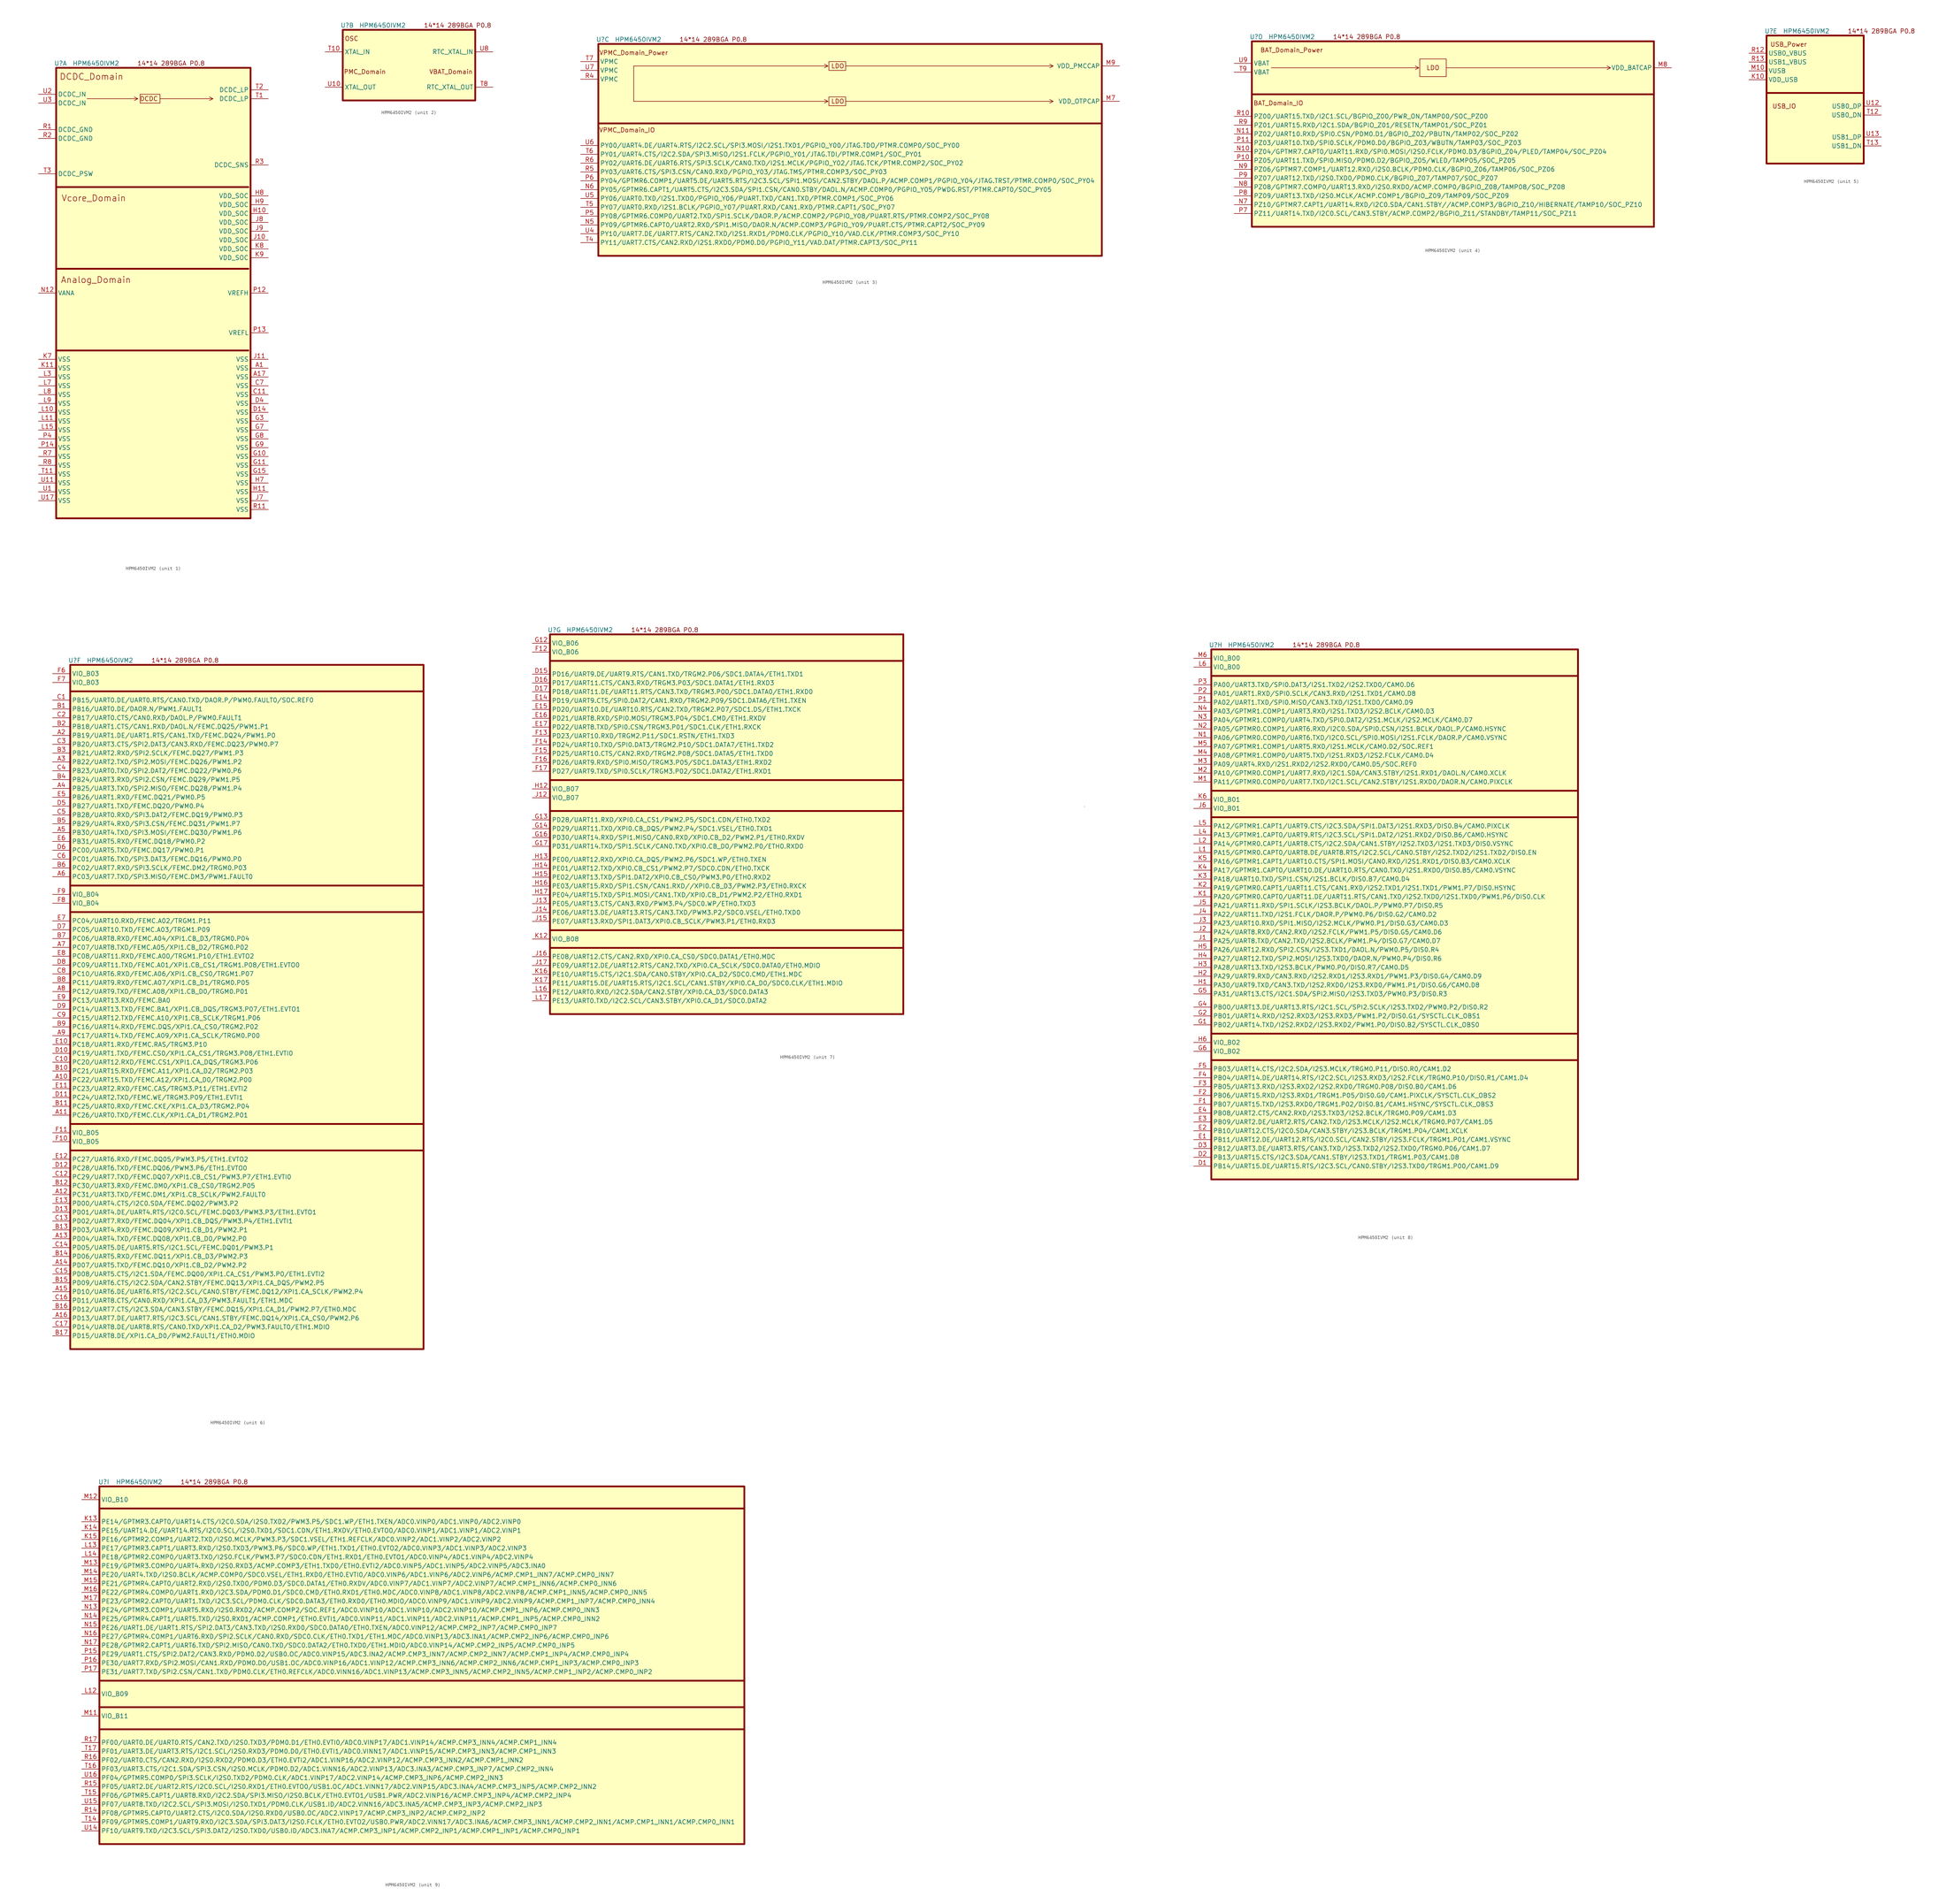
<source format=kicad_sym>
(kicad_symbol_lib
  (version 20220914)
  (generator kicad_symbol_editor)
  (symbol "HPM6450IVM2"
    (property "Reference" "U"
      (at 1.27 1.27 0)
      (effects (font (size 1.27 1.27))))
    (property "Value" "HPM6450IVM2"
      (at 11.43 1.27 0)
      (effects (font (size 1.27 1.27))))
    (property "ki_locked" ""
      (at 0 0 0)
      (effects (font (size 1.27 1.27))))
    (symbol "HPM6450IVM2_0_0"
      (text "14*14 289BGA P0.8" (at 33.02 1.27 0) (effects (font (size 1.27 1.27)))))
    (symbol "HPM6450IVM2_1_0"
      (polyline (pts (xy 8.89 -8.89) (xy 23.495 -8.89) (xy 22.479 -8.382) (xy 23.495 -8.89) (xy 22.479 -9.398)) (stroke (width 0) (type default)) (fill (type none)))
      (polyline (pts (xy 29.845 -8.89) (xy 45.085 -8.89) (xy 44.069 -8.382) (xy 45.085 -8.89) (xy 44.069 -9.398)) (stroke (width 0) (type default)) (fill (type none))))
    (symbol "HPM6450IVM2_1_1"
      (polyline (pts (xy 0 -81.28) (xy 55.245 -81.28)) (stroke (width 0.508) (type default)) (fill (type none)))
      (polyline (pts (xy 0 -57.785) (xy 55.245 -57.785)) (stroke (width 0.508) (type default)) (fill (type none)))
      (polyline (pts (xy 0 -34.29) (xy 55.245 -34.29)) (stroke (width 0.508) (type default)) (fill (type none)))
      (rectangle (start 0 0) (end 55.88 -129.54) (stroke (width 0.508) (type default)) (fill (type background)))
      (rectangle (start 24.13 -7.62) (end 29.845 -10.16) (stroke (width 0) (type default)) (fill (type none)))
      (text "Analog_Domain" (at 11.43 -60.96 0) (effects (font (size 1.778 1.778))))
      (text "DCDC" (at 26.67 -8.89 0) (effects (font (size 1.27 1.27))))
      (text "DCDC_Domain" (at 10.16 -2.54 0) (effects (font (size 1.778 1.778))))
      (text "Vcore_Domain" (at 10.795 -37.465 0) (effects (font (size 1.778 1.778))))
      (pin power_out line (at 60.96 -86.36 180) (length 5.08) (name "VSS" (effects (font (size 1.27 1.27)))) (number "A1" (effects (font (size 1.27 1.27)))))
      (pin power_out line (at 60.96 -88.9 180) (length 5.08) (name "VSS" (effects (font (size 1.27 1.27)))) (number "A17" (effects (font (size 1.27 1.27)))))
      (pin power_out line (at 60.96 -93.98 180) (length 5.08) (name "VSS" (effects (font (size 1.27 1.27)))) (number "C11" (effects (font (size 1.27 1.27)))))
      (pin power_out line (at 60.96 -91.44 180) (length 5.08) (name "VSS" (effects (font (size 1.27 1.27)))) (number "C7" (effects (font (size 1.27 1.27)))))
      (pin power_out line (at 60.96 -99.06 180) (length 5.08) (name "VSS" (effects (font (size 1.27 1.27)))) (number "D14" (effects (font (size 1.27 1.27)))))
      (pin power_out line (at 60.96 -96.52 180) (length 5.08) (name "VSS" (effects (font (size 1.27 1.27)))) (number "D4" (effects (font (size 1.27 1.27)))))
      (pin power_out line (at 60.96 -111.76 180) (length 5.08) (name "VSS" (effects (font (size 1.27 1.27)))) (number "G10" (effects (font (size 1.27 1.27)))))
      (pin power_out line (at 60.96 -114.3 180) (length 5.08) (name "VSS" (effects (font (size 1.27 1.27)))) (number "G11" (effects (font (size 1.27 1.27)))))
      (pin power_out line (at 60.96 -116.84 180) (length 5.08) (name "VSS" (effects (font (size 1.27 1.27)))) (number "G15" (effects (font (size 1.27 1.27)))))
      (pin power_out line (at 60.96 -101.6 180) (length 5.08) (name "VSS" (effects (font (size 1.27 1.27)))) (number "G3" (effects (font (size 1.27 1.27)))))
      (pin power_out line (at 60.96 -104.14 180) (length 5.08) (name "VSS" (effects (font (size 1.27 1.27)))) (number "G7" (effects (font (size 1.27 1.27)))))
      (pin power_out line (at 60.96 -106.68 180) (length 5.08) (name "VSS" (effects (font (size 1.27 1.27)))) (number "G8" (effects (font (size 1.27 1.27)))))
      (pin power_out line (at 60.96 -109.22 180) (length 5.08) (name "VSS" (effects (font (size 1.27 1.27)))) (number "G9" (effects (font (size 1.27 1.27)))))
      (pin power_in line (at 60.96 -41.91 180) (length 5.08) (name "VDD_SOC" (effects (font (size 1.27 1.27)))) (number "H10" (effects (font (size 1.27 1.27)))))
      (pin power_out line (at 60.96 -121.92 180) (length 5.08) (name "VSS" (effects (font (size 1.27 1.27)))) (number "H11" (effects (font (size 1.27 1.27)))))
      (pin power_out line (at 60.96 -119.38 180) (length 5.08) (name "VSS" (effects (font (size 1.27 1.27)))) (number "H7" (effects (font (size 1.27 1.27)))))
      (pin power_in line (at 60.96 -36.83 180) (length 5.08) (name "VDD_SOC" (effects (font (size 1.27 1.27)))) (number "H8" (effects (font (size 1.27 1.27)))))
      (pin power_in line (at 60.96 -39.37 180) (length 5.08) (name "VDD_SOC" (effects (font (size 1.27 1.27)))) (number "H9" (effects (font (size 1.27 1.27)))))
      (pin power_in line (at 60.96 -49.53 180) (length 5.08) (name "VDD_SOC" (effects (font (size 1.27 1.27)))) (number "J10" (effects (font (size 1.27 1.27)))))
      (pin power_out line (at 60.96 -83.82 180) (length 5.08) (name "VSS" (effects (font (size 1.27 1.27)))) (number "J11" (effects (font (size 1.27 1.27)))))
      (pin power_out line (at 60.96 -124.46 180) (length 5.08) (name "VSS" (effects (font (size 1.27 1.27)))) (number "J7" (effects (font (size 1.27 1.27)))))
      (pin power_in line (at 60.96 -44.45 180) (length 5.08) (name "VDD_SOC" (effects (font (size 1.27 1.27)))) (number "J8" (effects (font (size 1.27 1.27)))))
      (pin power_in line (at 60.96 -46.99 180) (length 5.08) (name "VDD_SOC" (effects (font (size 1.27 1.27)))) (number "J9" (effects (font (size 1.27 1.27)))))
      (pin power_out line (at -5.08 -86.36 0) (length 5.08) (name "VSS" (effects (font (size 1.27 1.27)))) (number "K11" (effects (font (size 1.27 1.27)))))
      (pin power_out line (at -5.08 -83.82 0) (length 5.08) (name "VSS" (effects (font (size 1.27 1.27)))) (number "K7" (effects (font (size 1.27 1.27)))))
      (pin power_in line (at 60.96 -52.07 180) (length 5.08) (name "VDD_SOC" (effects (font (size 1.27 1.27)))) (number "K8" (effects (font (size 1.27 1.27)))))
      (pin power_in line (at 60.96 -54.61 180) (length 5.08) (name "VDD_SOC" (effects (font (size 1.27 1.27)))) (number "K9" (effects (font (size 1.27 1.27)))))
      (pin power_out line (at -5.08 -99.06 0) (length 5.08) (name "VSS" (effects (font (size 1.27 1.27)))) (number "L10" (effects (font (size 1.27 1.27)))))
      (pin power_out line (at -5.08 -101.6 0) (length 5.08) (name "VSS" (effects (font (size 1.27 1.27)))) (number "L11" (effects (font (size 1.27 1.27)))))
      (pin power_out line (at -5.08 -104.14 0) (length 5.08) (name "VSS" (effects (font (size 1.27 1.27)))) (number "L15" (effects (font (size 1.27 1.27)))))
      (pin power_out line (at -5.08 -88.9 0) (length 5.08) (name "VSS" (effects (font (size 1.27 1.27)))) (number "L3" (effects (font (size 1.27 1.27)))))
      (pin power_out line (at -5.08 -91.44 0) (length 5.08) (name "VSS" (effects (font (size 1.27 1.27)))) (number "L7" (effects (font (size 1.27 1.27)))))
      (pin power_out line (at -5.08 -93.98 0) (length 5.08) (name "VSS" (effects (font (size 1.27 1.27)))) (number "L8" (effects (font (size 1.27 1.27)))))
      (pin power_out line (at -5.08 -96.52 0) (length 5.08) (name "VSS" (effects (font (size 1.27 1.27)))) (number "L9" (effects (font (size 1.27 1.27)))))
      (pin power_in line (at -5.08 -64.77 0) (length 5.08) (name "VANA" (effects (font (size 1.27 1.27)))) (number "N12" (effects (font (size 1.27 1.27)))))
      (pin power_in line (at 60.96 -64.77 180) (length 5.08) (name "VREFH" (effects (font (size 1.27 1.27)))) (number "P12" (effects (font (size 1.27 1.27)))))
      (pin power_out line (at 60.96 -76.2 180) (length 5.08) (name "VREFL" (effects (font (size 1.27 1.27)))) (number "P13" (effects (font (size 1.27 1.27)))))
      (pin power_out line (at -5.08 -109.22 0) (length 5.08) (name "VSS" (effects (font (size 1.27 1.27)))) (number "P14" (effects (font (size 1.27 1.27)))))
      (pin power_out line (at -5.08 -106.68 0) (length 5.08) (name "VSS" (effects (font (size 1.27 1.27)))) (number "P4" (effects (font (size 1.27 1.27)))))
      (pin power_out line (at -5.08 -17.78 0) (length 5.08) (name "DCDC_GND" (effects (font (size 1.27 1.27)))) (number "R1" (effects (font (size 1.27 1.27)))))
      (pin power_out line (at 60.96 -127 180) (length 5.08) (name "VSS" (effects (font (size 1.27 1.27)))) (number "R11" (effects (font (size 1.27 1.27)))))
      (pin power_out line (at -5.08 -20.32 0) (length 5.08) (name "DCDC_GND" (effects (font (size 1.27 1.27)))) (number "R2" (effects (font (size 1.27 1.27)))))
      (pin power_in line (at 60.96 -27.94 180) (length 5.08) (name "DCDC_SNS" (effects (font (size 1.27 1.27)))) (number "R3" (effects (font (size 1.27 1.27)))))
      (pin power_out line (at -5.08 -111.76 0) (length 5.08) (name "VSS" (effects (font (size 1.27 1.27)))) (number "R7" (effects (font (size 1.27 1.27)))))
      (pin power_out line (at -5.08 -114.3 0) (length 5.08) (name "VSS" (effects (font (size 1.27 1.27)))) (number "R8" (effects (font (size 1.27 1.27)))))
      (pin power_out line (at 60.96 -8.89 180) (length 5.08) (name "DCDC_LP" (effects (font (size 1.27 1.27)))) (number "T1" (effects (font (size 1.27 1.27)))))
      (pin power_out line (at -5.08 -116.84 0) (length 5.08) (name "VSS" (effects (font (size 1.27 1.27)))) (number "T11" (effects (font (size 1.27 1.27)))))
      (pin power_out line (at 60.96 -6.35 180) (length 5.08) (name "DCDC_LP" (effects (font (size 1.27 1.27)))) (number "T2" (effects (font (size 1.27 1.27)))))
      (pin power_in line (at -5.08 -30.48 0) (length 5.08) (name "DCDC_PSW" (effects (font (size 1.27 1.27)))) (number "T3" (effects (font (size 1.27 1.27)))))
      (pin power_out line (at -5.08 -121.92 0) (length 5.08) (name "VSS" (effects (font (size 1.27 1.27)))) (number "U1" (effects (font (size 1.27 1.27)))))
      (pin power_out line (at -5.08 -119.38 0) (length 5.08) (name "VSS" (effects (font (size 1.27 1.27)))) (number "U11" (effects (font (size 1.27 1.27)))))
      (pin power_out line (at -5.08 -124.46 0) (length 5.08) (name "VSS" (effects (font (size 1.27 1.27)))) (number "U17" (effects (font (size 1.27 1.27)))))
      (pin power_in line (at -5.08 -7.62 0) (length 5.08) (name "DCDC_IN" (effects (font (size 1.27 1.27)))) (number "U2" (effects (font (size 1.27 1.27)))))
      (pin power_in line (at -5.08 -10.16 0) (length 5.08) (name "DCDC_IN" (effects (font (size 1.27 1.27)))) (number "U3" (effects (font (size 1.27 1.27))))))
    (symbol "HPM6450IVM2_2_1"
      (rectangle (start 0 0) (end 38.1 -20.32) (stroke (width 0.508) (type default)) (fill (type background)))
      (text "OSC" (at 2.54 -2.54 0) (effects (font (size 1.27 1.27))))
      (text "PMC_Domain" (at 6.35 -12.065 0) (effects (font (size 1.27 1.27))))
      (text "VBAT_Domain" (at 31.115 -12.065 0) (effects (font (size 1.27 1.27))))
      (pin input line (at -5.08 -6.35 0) (length 5.08) (name "XTAL_IN" (effects (font (size 1.27 1.27)))) (number "T10" (effects (font (size 1.27 1.27)))))
      (pin output line (at 43.18 -16.51 180) (length 5.08) (name "RTC_XTAL_OUT" (effects (font (size 1.27 1.27)))) (number "T8" (effects (font (size 1.27 1.27)))))
      (pin output line (at -5.08 -16.51 0) (length 5.08) (name "XTAL_OUT" (effects (font (size 1.27 1.27)))) (number "U10" (effects (font (size 1.27 1.27)))))
      (pin input line (at 43.18 -6.35 180) (length 5.08) (name "RTC_XTAL_IN" (effects (font (size 1.27 1.27)))) (number "U8" (effects (font (size 1.27 1.27))))))
    (symbol "HPM6450IVM2_3_0"
      (polyline (pts (xy 10.16 -6.35) (xy 10.16 -16.51) (xy 10.414 -16.51)) (stroke (width 0) (type default)) (fill (type none)))
      (polyline (pts (xy 10.16 -16.51) (xy 66.04 -16.51) (xy 65.024 -16.002) (xy 66.04 -16.51) (xy 65.024 -17.018)) (stroke (width 0) (type default)) (fill (type none)))
      (polyline (pts (xy 10.16 -6.35) (xy 66.04 -6.35) (xy 65.024 -5.842) (xy 66.04 -6.35) (xy 65.024 -6.858)) (stroke (width 0) (type default)) (fill (type none)))
      (polyline (pts (xy 71.12 -16.51) (xy 130.81 -16.51) (xy 129.794 -16.002) (xy 130.81 -16.51) (xy 129.794 -17.018)) (stroke (width 0) (type default)) (fill (type none)))
      (polyline (pts (xy 71.12 -6.35) (xy 130.81 -6.35) (xy 129.794 -5.842) (xy 130.81 -6.35) (xy 129.794 -6.858)) (stroke (width 0) (type default)) (fill (type none))))
    (symbol "HPM6450IVM2_3_1"
      (polyline (pts (xy 0 -22.86) (xy 144.78 -22.86)) (stroke (width 0.508) (type default)) (fill (type none)))
      (rectangle (start 0 0) (end 144.78 -60.96) (stroke (width 0.508) (type default)) (fill (type background)))
      (rectangle (start 66.294 -15.24) (end 71.12 -17.78) (stroke (width 0) (type default)) (fill (type none)))
      (rectangle (start 66.294 -5.08) (end 71.12 -7.62) (stroke (width 0) (type default)) (fill (type none)))
      (text "LDO" (at 68.834 -16.51 0) (effects (font (size 1.27 1.27))))
      (text "LDO" (at 68.834 -6.35 0) (effects (font (size 1.27 1.27))))
      (text "VPMC_Domain_IO" (at 8.255 -24.765 0) (effects (font (size 1.27 1.27))))
      (text "VPMC_Domain_Power" (at 10.16 -2.54 0) (effects (font (size 1.27 1.27))))
      (pin power_out line (at 149.86 -16.51 180) (length 5.08) (name "VDD_OTPCAP" (effects (font (size 1.27 1.27)))) (number "M7" (effects (font (size 1.27 1.27)))))
      (pin power_out line (at 149.86 -6.35 180) (length 5.08) (name "VDD_PMCCAP" (effects (font (size 1.27 1.27)))) (number "M9" (effects (font (size 1.27 1.27)))))
      (pin bidirectional line (at -5.08 -52.07 0) (length 5.08) (name "PY09/GPTMR6.CAPT0/UART2.RXD/SPI1.MISO/DAOR.N/ACMP.COMP3/PGPIO_Y09/PUART.CTS/PTMR.CAPT2/SOC_PY09" (effects (font (size 1.27 1.27)))) (number "N5" (effects (font (size 1.27 1.27)))))
      (pin bidirectional line (at -5.08 -41.91 0) (length 5.08) (name "PY05/GPTMR6.CAPT1/UART5.CTS/I2C3.SDA/SPI1.CSN/CAN0.STBY/DAOL.N/ACMP.COMP0/PGPIO_Y05/PWDG.RST/PTMR.CAPT0/SOC_PY05" (effects (font (size 1.27 1.27)))) (number "N6" (effects (font (size 1.27 1.27)))))
      (pin bidirectional line (at -5.08 -49.53 0) (length 5.08) (name "PY08/GPTMR6.COMP0/UART2.TXD/SPI1.SCLK/DAOR.P/ACMP.COMP2/PGPIO_Y08/PUART.RTS/PTMR.COMP2/SOC_PY08" (effects (font (size 1.27 1.27)))) (number "P5" (effects (font (size 1.27 1.27)))))
      (pin bidirectional line (at -5.08 -39.37 0) (length 5.08) (name "PY04/GPTMR6.COMP1/UART5.DE/UART5.RTS/I2C3.SCL/SPI1.MOSI/CAN2.STBY/DAOL.P/ACMP.COMP1/PGPIO_Y04/JTAG.TRST/PTMR.COMP0/SOC_PY04" (effects (font (size 1.27 1.27)))) (number "P6" (effects (font (size 1.27 1.27)))))
      (pin power_in line (at -5.08 -10.16 0) (length 5.08) (name "VPMC" (effects (font (size 1.27 1.27)))) (number "R4" (effects (font (size 1.27 1.27)))))
      (pin bidirectional line (at -5.08 -36.83 0) (length 5.08) (name "PY03/UART6.CTS/SPI3.CSN/CAN0.RXD/PGPIO_Y03/JTAG.TMS/PTMR.COMP3/SOC_PY03" (effects (font (size 1.27 1.27)))) (number "R5" (effects (font (size 1.27 1.27)))))
      (pin bidirectional line (at -5.08 -34.29 0) (length 5.08) (name "PY02/UART6.DE/UART6.RTS/SPI3.SCLK/CAN0.TXD/I2S1.MCLK/PGPIO_Y02/JTAG.TCK/PTMR.COMP2/SOC_PY02" (effects (font (size 1.27 1.27)))) (number "R6" (effects (font (size 1.27 1.27)))))
      (pin bidirectional line (at -5.08 -57.15 0) (length 5.08) (name "PY11/UART7.CTS/CAN2.RXD/I2S1.RXD0/PDM0.D0/PGPIO_Y11/VAD.DAT/PTMR.CAPT3/SOC_PY11" (effects (font (size 1.27 1.27)))) (number "T4" (effects (font (size 1.27 1.27)))))
      (pin bidirectional line (at -5.08 -46.99 0) (length 5.08) (name "PY07/UART0.RXD/I2S1.BCLK/PGPIO_Y07/PUART.RXD/CAN1.RXD/PTMR.CAPT1/SOC_PY07" (effects (font (size 1.27 1.27)))) (number "T5" (effects (font (size 1.27 1.27)))))
      (pin bidirectional line (at -5.08 -31.75 0) (length 5.08) (name "PY01/UART4.CTS/I2C2.SDA/SPI3.MISO/I2S1.FCLK/PGPIO_Y01/JTAG.TDI/PTMR.COMP1/SOC_PY01" (effects (font (size 1.27 1.27)))) (number "T6" (effects (font (size 1.27 1.27)))))
      (pin power_in line (at -5.08 -5.08 0) (length 5.08) (name "VPMC" (effects (font (size 1.27 1.27)))) (number "T7" (effects (font (size 1.27 1.27)))))
      (pin bidirectional line (at -5.08 -54.61 0) (length 5.08) (name "PY10/UART7.DE/UART7.RTS/CAN2.TXD/I2S1.RXD1/PDM0.CLK/PGPIO_Y10/VAD.CLK/PTMR.COMP3/SOC_PY10" (effects (font (size 1.27 1.27)))) (number "U4" (effects (font (size 1.27 1.27)))))
      (pin bidirectional line (at -5.08 -44.45 0) (length 5.08) (name "PY06/UART0.TXD/I2S1.TXD0/PGPIO_Y06/PUART.TXD/CAN1.TXD/PTMR.COMP1/SOC_PY06" (effects (font (size 1.27 1.27)))) (number "U5" (effects (font (size 1.27 1.27)))))
      (pin bidirectional line (at -5.08 -29.21 0) (length 5.08) (name "PY00/UART4.DE/UART4.RTS/I2C2.SCL/SPI3.MOSI/I2S1.TXD1/PGPIO_Y00/JTAG.TDO/PTMR.COMP0/SOC_PY00" (effects (font (size 1.27 1.27)))) (number "U6" (effects (font (size 1.27 1.27)))))
      (pin power_in line (at -5.08 -7.62 0) (length 5.08) (name "VPMC" (effects (font (size 1.27 1.27)))) (number "U7" (effects (font (size 1.27 1.27))))))
    (symbol "HPM6450IVM2_4_0"
      (polyline (pts (xy 0 -15.24) (xy 115.57 -15.24)) (stroke (width 0.508) (type default)) (fill (type none)))
      (polyline (pts (xy 5.588 -7.62) (xy 48.006 -7.62) (xy 46.99 -7.112) (xy 48.006 -7.62) (xy 46.99 -8.128)) (stroke (width 0) (type default)) (fill (type none)))
      (polyline (pts (xy 55.88 -7.62) (xy 103.124 -7.62) (xy 102.108 -7.112) (xy 103.124 -7.62) (xy 102.108 -8.128)) (stroke (width 0) (type default)) (fill (type none)))
      (rectangle (start 48.26 -5.08) (end 55.88 -10.16) (stroke (width 0) (type default)) (fill (type none))))
    (symbol "HPM6450IVM2_4_1"
      (rectangle (start 0 0) (end 115.57 -53.34) (stroke (width 0.508) (type default)) (fill (type background)))
      (text "BAT_Domain_IO" (at 7.62 -17.78 0) (effects (font (size 1.27 1.27))))
      (text "BAT_Domain_Power" (at 11.43 -2.54 0) (effects (font (size 1.27 1.27))))
      (text "LDO" (at 52.07 -7.62 0) (effects (font (size 1.27 1.27))))
      (pin power_out line (at 120.65 -7.62 180) (length 5.08) (name "VDD_BATCAP" (effects (font (size 1.27 1.27)))) (number "M8" (effects (font (size 1.27 1.27)))))
      (pin bidirectional line (at -5.08 -31.75 0) (length 5.08) (name "PZ04/GPTMR7.CAPT0/UART11.RXD/SPI0.MOSI/I2S0.FCLK/PDM0.D3/BGPIO_Z04/PLED/TAMP04/SOC_PZ04" (effects (font (size 1.27 1.27)))) (number "N10" (effects (font (size 1.27 1.27)))))
      (pin bidirectional line (at -5.08 -26.67 0) (length 5.08) (name "PZ02/UART10.RXD/SPI0.CSN/PDM0.D1/BGPIO_Z02/PBUTN/TAMP02/SOC_PZ02" (effects (font (size 1.27 1.27)))) (number "N11" (effects (font (size 1.27 1.27)))))
      (pin bidirectional line (at -5.08 -46.99 0) (length 5.08) (name "PZ10/GPTMR7.CAPT1/UART14.RXD/I2C0.SDA/CAN1.STBY//ACMP.COMP3/BGPIO_Z10/HIBERNATE/TAMP10/SOC_PZ10" (effects (font (size 1.27 1.27)))) (number "N7" (effects (font (size 1.27 1.27)))))
      (pin bidirectional line (at -5.08 -41.91 0) (length 5.08) (name "PZ08/GPTMR7.COMP0/UART13.RXD/I2S0.RXD0/ACMP.COMP0/BGPIO_Z08/TAMP08/SOC_PZ08" (effects (font (size 1.27 1.27)))) (number "N8" (effects (font (size 1.27 1.27)))))
      (pin bidirectional line (at -5.08 -36.83 0) (length 5.08) (name "PZ06/GPTMR7.COMP1/UART12.RXD/I2S0.BCLK/PDM0.CLK/BGPIO_Z06/TAMP06/SOC_PZ06" (effects (font (size 1.27 1.27)))) (number "N9" (effects (font (size 1.27 1.27)))))
      (pin bidirectional line (at -5.08 -34.29 0) (length 5.08) (name "PZ05/UART11.TXD/SPI0.MISO/PDM0.D2/BGPIO_Z05/WLED/TAMP05/SOC_PZ05" (effects (font (size 1.27 1.27)))) (number "P10" (effects (font (size 1.27 1.27)))))
      (pin bidirectional line (at -5.08 -29.21 0) (length 5.08) (name "PZ03/UART10.TXD/SPI0.SCLK/PDM0.D0/BGPIO_Z03/WBUTN/TAMP03/SOC_PZ03" (effects (font (size 1.27 1.27)))) (number "P11" (effects (font (size 1.27 1.27)))))
      (pin bidirectional line (at -5.08 -49.53 0) (length 5.08) (name "PZ11/UART14.TXD/I2C0.SCL/CAN3.STBY/ACMP.COMP2/BGPIO_Z11/STANDBY/TAMP11/SOC_PZ11" (effects (font (size 1.27 1.27)))) (number "P7" (effects (font (size 1.27 1.27)))))
      (pin bidirectional line (at -5.08 -44.45 0) (length 5.08) (name "PZ09/UART13.TXD/I2S0.MCLK/ACMP.COMP1/BGPIO_Z09/TAMP09/SOC_PZ09" (effects (font (size 1.27 1.27)))) (number "P8" (effects (font (size 1.27 1.27)))))
      (pin bidirectional line (at -5.08 -39.37 0) (length 5.08) (name "PZ07/UART12.TXD/I2S0.TXD0/PDM0.CLK/BGPIO_Z07/TAMP07/SOC_PZ07" (effects (font (size 1.27 1.27)))) (number "P9" (effects (font (size 1.27 1.27)))))
      (pin bidirectional line (at -5.08 -21.59 0) (length 5.08) (name "PZ00/UART15.TXD/I2C1.SCL/BGPIO_Z00/PWR_ON/TAMP00/SOC_PZ00" (effects (font (size 1.27 1.27)))) (number "R10" (effects (font (size 1.27 1.27)))))
      (pin bidirectional line (at -5.08 -24.13 0) (length 5.08) (name "PZ01/UART15.RXD/I2C1.SDA/BGPIO_Z01/RESETN/TAMP01/SOC_PZ01" (effects (font (size 1.27 1.27)))) (number "R9" (effects (font (size 1.27 1.27)))))
      (pin power_in line (at -5.08 -8.89 0) (length 5.08) (name "VBAT" (effects (font (size 1.27 1.27)))) (number "T9" (effects (font (size 1.27 1.27)))))
      (pin power_in line (at -5.08 -6.35 0) (length 5.08) (name "VBAT" (effects (font (size 1.27 1.27)))) (number "U9" (effects (font (size 1.27 1.27))))))
    (symbol "HPM6450IVM2_5_1"
      (polyline (pts (xy 0 -16.51) (xy 27.94 -16.51)) (stroke (width 0.508) (type default)) (fill (type none)))
      (polyline (pts (xy 25.4 -16.51) (xy 26.67 -16.51)) (stroke (width 0) (type default)) (fill (type none)))
      (rectangle (start 0 0) (end 27.94 -36.83) (stroke (width 0.508) (type default)) (fill (type background)))
      (text "USB_IO" (at 5.08 -20.32 0) (effects (font (size 1.27 1.27))))
      (text "USB_Power" (at 6.35 -2.54 0) (effects (font (size 1.27 1.27))))
      (pin power_out line (at -5.08 -12.7 0) (length 5.08) (name "VDD_USB" (effects (font (size 1.27 1.27)))) (number "K10" (effects (font (size 1.27 1.27)))))
      (pin power_in line (at -5.08 -10.16 0) (length 5.08) (name "VUSB" (effects (font (size 1.27 1.27)))) (number "M10" (effects (font (size 1.27 1.27)))))
      (pin power_in line (at -5.08 -5.08 0) (length 5.08) (name "USB0_VBUS" (effects (font (size 1.27 1.27)))) (number "R12" (effects (font (size 1.27 1.27)))))
      (pin power_in line (at -5.08 -7.62 0) (length 5.08) (name "USB1_VBUS" (effects (font (size 1.27 1.27)))) (number "R13" (effects (font (size 1.27 1.27)))))
      (pin bidirectional line (at 33.02 -22.86 180) (length 5.08) (name "USB0_DN" (effects (font (size 1.27 1.27)))) (number "T12" (effects (font (size 1.27 1.27)))))
      (pin bidirectional line (at 33.02 -31.75 180) (length 5.08) (name "USB1_DN" (effects (font (size 1.27 1.27)))) (number "T13" (effects (font (size 1.27 1.27)))))
      (pin bidirectional line (at 33.02 -20.32 180) (length 5.08) (name "USB0_DP" (effects (font (size 1.27 1.27)))) (number "U12" (effects (font (size 1.27 1.27)))))
      (pin bidirectional line (at 33.02 -29.21 180) (length 5.08) (name "USB1_DP" (effects (font (size 1.27 1.27)))) (number "U13" (effects (font (size 1.27 1.27))))))
    (symbol "HPM6450IVM2_6_1"
      (polyline (pts (xy 0 -139.7) (xy 101.6 -139.7)) (stroke (width 0.508) (type default)) (fill (type background)))
      (polyline (pts (xy 0 -132.08) (xy 101.6 -132.08)) (stroke (width 0.508) (type default)) (fill (type background)))
      (polyline (pts (xy 0 -71.12) (xy 101.6 -71.12)) (stroke (width 0.508) (type default)) (fill (type background)))
      (polyline (pts (xy 0 -63.5) (xy 101.6 -63.5)) (stroke (width 0.508) (type default)) (fill (type background)))
      (polyline (pts (xy 0 -7.62) (xy 101.6 -7.62)) (stroke (width 0.508) (type default)) (fill (type background)))
      (rectangle (start 0 0) (end 101.6 -196.85) (stroke (width 0.508) (type default)) (fill (type background)))
      (pin bidirectional line (at -5.08 -119.38 0) (length 5.08) (name "PC22/UART15.TXD/FEMC.A12/XPI1.CA_D0/TRGM2.P00" (effects (font (size 1.27 1.27)))) (number "A10" (effects (font (size 1.27 1.27)))))
      (pin bidirectional line (at -5.08 -129.54 0) (length 5.08) (name "PC26/UART0.TXD/FEMC.CLK/XPI1.CA_D1/TRGM2.P01" (effects (font (size 1.27 1.27)))) (number "A11" (effects (font (size 1.27 1.27)))))
      (pin bidirectional line (at -5.08 -152.4 0) (length 5.08) (name "PC31/UART3.TXD/FEMC.DM1/XPI1.CB_SCLK/PWM2.FAULT0" (effects (font (size 1.27 1.27)))) (number "A12" (effects (font (size 1.27 1.27)))))
      (pin bidirectional line (at -5.08 -165.1 0) (length 5.08) (name "PD04/UART4.TXD/FEMC.DQ08/XPI1.CB_D0/PWM2.P0" (effects (font (size 1.27 1.27)))) (number "A13" (effects (font (size 1.27 1.27)))))
      (pin bidirectional line (at -5.08 -172.72 0) (length 5.08) (name "PD07/UART5.TXD/FEMC.DQ10/XPI1.CB_D2/PWM2.P2" (effects (font (size 1.27 1.27)))) (number "A14" (effects (font (size 1.27 1.27)))))
      (pin bidirectional line (at -5.08 -180.34 0) (length 5.08) (name "PD10/UART6.DE/UART6.RTS/I2C2.SCL/CAN0.STBY/FEMC.DQ12/XPI1.CA_SCLK/PWM2.P4" (effects (font (size 1.27 1.27)))) (number "A15" (effects (font (size 1.27 1.27)))))
      (pin bidirectional line (at -5.08 -187.96 0) (length 5.08) (name "PD13/UART7.DE/UART7.RTS/I2C3.SCL/CAN1.STBY/FEMC.DQ14/XPI1.CA_CS0/PWM2.P6" (effects (font (size 1.27 1.27)))) (number "A16" (effects (font (size 1.27 1.27)))))
      (pin bidirectional line (at -5.08 -20.32 0) (length 5.08) (name "PB19/UART1.DE/UART1.RTS/CAN1.TXD/FEMC.DQ24/PWM1.P0" (effects (font (size 1.27 1.27)))) (number "A2" (effects (font (size 1.27 1.27)))))
      (pin bidirectional line (at -5.08 -27.94 0) (length 5.08) (name "PB22/UART2.TXD/SPI2.MOSI/FEMC.DQ26/PWM1.P2" (effects (font (size 1.27 1.27)))) (number "A3" (effects (font (size 1.27 1.27)))))
      (pin bidirectional line (at -5.08 -35.56 0) (length 5.08) (name "PB25/UART3.TXD/SPI2.MISO/FEMC.DQ28/PWM1.P4" (effects (font (size 1.27 1.27)))) (number "A4" (effects (font (size 1.27 1.27)))))
      (pin bidirectional line (at -5.08 -48.26 0) (length 5.08) (name "PB30/UART4.TXD/SPI3.MOSI/FEMC.DQ30/PWM1.P6" (effects (font (size 1.27 1.27)))) (number "A5" (effects (font (size 1.27 1.27)))))
      (pin bidirectional line (at -5.08 -60.96 0) (length 5.08) (name "PC03/UART7.TXD/SPI3.MISO/FEMC.DM3/PWM1.FAULT0" (effects (font (size 1.27 1.27)))) (number "A6" (effects (font (size 1.27 1.27)))))
      (pin bidirectional line (at -5.08 -81.28 0) (length 5.08) (name "PC07/UART8.TXD/FEMC.A05/XPI1.CB_D2/TRGM0.P02" (effects (font (size 1.27 1.27)))) (number "A7" (effects (font (size 1.27 1.27)))))
      (pin bidirectional line (at -5.08 -93.98 0) (length 5.08) (name "PC12/UART9.TXD/FEMC.A08/XPI1.CB_D0/TRGM0.P01" (effects (font (size 1.27 1.27)))) (number "A8" (effects (font (size 1.27 1.27)))))
      (pin bidirectional line (at -5.08 -106.68 0) (length 5.08) (name "PC17/UART14.TXD/FEMC.A09/XPI1.CA_SCLK/TRGM0.P00" (effects (font (size 1.27 1.27)))) (number "A9" (effects (font (size 1.27 1.27)))))
      (pin bidirectional line (at -5.08 -12.7 0) (length 5.08) (name "PB16/UART0.DE/DAOR.N/PWM1.FAULT1" (effects (font (size 1.27 1.27)))) (number "B1" (effects (font (size 1.27 1.27)))))
      (pin bidirectional line (at -5.08 -116.84 0) (length 5.08) (name "PC21/UART15.RXD/FEMC.A11/XPI1.CA_D2/TRGM2.P03" (effects (font (size 1.27 1.27)))) (number "B10" (effects (font (size 1.27 1.27)))))
      (pin bidirectional line (at -5.08 -127 0) (length 5.08) (name "PC25/UART0.RXD/FEMC.CKE/XPI1.CA_D3/TRGM2.P04" (effects (font (size 1.27 1.27)))) (number "B11" (effects (font (size 1.27 1.27)))))
      (pin bidirectional line (at -5.08 -149.86 0) (length 5.08) (name "PC30/UART3.RXD/FEMC.DM0/XPI1.CB_CS0/TRGM2.P05" (effects (font (size 1.27 1.27)))) (number "B12" (effects (font (size 1.27 1.27)))))
      (pin bidirectional line (at -5.08 -162.56 0) (length 5.08) (name "PD03/UART4.RXD/FEMC.DQ09/XPI1.CB_D1/PWM2.P1" (effects (font (size 1.27 1.27)))) (number "B13" (effects (font (size 1.27 1.27)))))
      (pin bidirectional line (at -5.08 -170.18 0) (length 5.08) (name "PD06/UART5.RXD/FEMC.DQ11/XPI1.CB_D3/PWM2.P3" (effects (font (size 1.27 1.27)))) (number "B14" (effects (font (size 1.27 1.27)))))
      (pin bidirectional line (at -5.08 -177.8 0) (length 5.08) (name "PD09/UART6.CTS/I2C2.SDA/CAN2.STBY/FEMC.DQ13/XPI1.CA_DQS/PWM2.P5" (effects (font (size 1.27 1.27)))) (number "B15" (effects (font (size 1.27 1.27)))))
      (pin bidirectional line (at -5.08 -185.42 0) (length 5.08) (name "PD12/UART7.CTS/I2C3.SDA/CAN3.STBY/FEMC.DQ15/XPI1.CA_D1/PWM2.P7/ETH0.MDC" (effects (font (size 1.27 1.27)))) (number "B16" (effects (font (size 1.27 1.27)))))
      (pin bidirectional line (at -5.08 -193.04 0) (length 5.08) (name "PD15/UART8.DE/XPI1.CA_D0/PWM2.FAULT1/ETH0.MDIO" (effects (font (size 1.27 1.27)))) (number "B17" (effects (font (size 1.27 1.27)))))
      (pin bidirectional line (at -5.08 -17.78 0) (length 5.08) (name "PB18/UART1.CTS/CAN1.RXD/DAOL.N/FEMC.DQ25/PWM1.P1" (effects (font (size 1.27 1.27)))) (number "B2" (effects (font (size 1.27 1.27)))))
      (pin bidirectional line (at -5.08 -25.4 0) (length 5.08) (name "PB21/UART2.RXD/SPI2.SCLK/FEMC.DQ27/PWM1.P3" (effects (font (size 1.27 1.27)))) (number "B3" (effects (font (size 1.27 1.27)))))
      (pin bidirectional line (at -5.08 -33.02 0) (length 5.08) (name "PB24/UART3.RXD/SPI2.CSN/FEMC.DQ29/PWM1.P5" (effects (font (size 1.27 1.27)))) (number "B4" (effects (font (size 1.27 1.27)))))
      (pin bidirectional line (at -5.08 -45.72 0) (length 5.08) (name "PB29/UART4.RXD/SPI3.CSN/FEMC.DQ31/PWM1.P7" (effects (font (size 1.27 1.27)))) (number "B5" (effects (font (size 1.27 1.27)))))
      (pin bidirectional line (at -5.08 -58.42 0) (length 5.08) (name "PC02/UART7.RXD/SPI3.SCLK/FEMC.DM2/TRGM0.P03" (effects (font (size 1.27 1.27)))) (number "B6" (effects (font (size 1.27 1.27)))))
      (pin bidirectional line (at -5.08 -78.74 0) (length 5.08) (name "PC06/UART8.RXD/FEMC.A04/XPI1.CB_D3/TRGM0.P04" (effects (font (size 1.27 1.27)))) (number "B7" (effects (font (size 1.27 1.27)))))
      (pin bidirectional line (at -5.08 -91.44 0) (length 5.08) (name "PC11/UART9.RXD/FEMC.A07/XPI1.CB_D1/TRGM0.P05" (effects (font (size 1.27 1.27)))) (number "B8" (effects (font (size 1.27 1.27)))))
      (pin bidirectional line (at -5.08 -104.14 0) (length 5.08) (name "PC16/UART14.RXD/FEMC.DQS/XPI1.CA_CS0/TRGM2.P02" (effects (font (size 1.27 1.27)))) (number "B9" (effects (font (size 1.27 1.27)))))
      (pin bidirectional line (at -5.08 -10.16 0) (length 5.08) (name "PB15/UART0.DE/UART0.RTS/CAN0.TXD/DAOR.P/PWM0.FAULT0/SOC.REF0" (effects (font (size 1.27 1.27)))) (number "C1" (effects (font (size 1.27 1.27)))))
      (pin bidirectional line (at -5.08 -114.3 0) (length 5.08) (name "PC20/UART12.RXD/FEMC.CS1/XPI1.CA_DQS/TRGM3.P06" (effects (font (size 1.27 1.27)))) (number "C10" (effects (font (size 1.27 1.27)))))
      (pin bidirectional line (at -5.08 -147.32 0) (length 5.08) (name "PC29/UART7.TXD/FEMC.DQ07/XPI1.CB_CS1/PWM3.P7/ETH1.EVTI0" (effects (font (size 1.27 1.27)))) (number "C12" (effects (font (size 1.27 1.27)))))
      (pin bidirectional line (at -5.08 -160.02 0) (length 5.08) (name "PD02/UART7.RXD/FEMC.DQ04/XPI1.CB_DQS/PWM3.P4/ETH1.EVTI1" (effects (font (size 1.27 1.27)))) (number "C13" (effects (font (size 1.27 1.27)))))
      (pin bidirectional line (at -5.08 -167.64 0) (length 5.08) (name "PD05/UART5.DE/UART5.RTS/I2C1.SCL/FEMC.DQ01/PWM3.P1" (effects (font (size 1.27 1.27)))) (number "C14" (effects (font (size 1.27 1.27)))))
      (pin bidirectional line (at -5.08 -175.26 0) (length 5.08) (name "PD08/UART5.CTS/I2C1.SDA/FEMC.DQ00/XPI1.CA_CS1/PWM3.P0/ETH1.EVTI2" (effects (font (size 1.27 1.27)))) (number "C15" (effects (font (size 1.27 1.27)))))
      (pin bidirectional line (at -5.08 -182.88 0) (length 5.08) (name "PD11/UART8.CTS/CAN0.RXD/XPI1.CA_D3/PWM3.FAULT1/ETH1.MDC" (effects (font (size 1.27 1.27)))) (number "C16" (effects (font (size 1.27 1.27)))))
      (pin bidirectional line (at -5.08 -190.5 0) (length 5.08) (name "PD14/UART8.DE/UART8.RTS/CAN0.TXD/XPI1.CA_D2/PWM3.FAULT0/ETH1.MDIO" (effects (font (size 1.27 1.27)))) (number "C17" (effects (font (size 1.27 1.27)))))
      (pin bidirectional line (at -5.08 -15.24 0) (length 5.08) (name "PB17/UART0.CTS/CAN0.RXD/DAOL.P/PWM0.FAULT1" (effects (font (size 1.27 1.27)))) (number "C2" (effects (font (size 1.27 1.27)))))
      (pin bidirectional line (at -5.08 -22.86 0) (length 5.08) (name "PB20/UART3.CTS/SPI2.DAT3/CAN3.RXD/FEMC.DQ23/PWM0.P7" (effects (font (size 1.27 1.27)))) (number "C3" (effects (font (size 1.27 1.27)))))
      (pin bidirectional line (at -5.08 -30.48 0) (length 5.08) (name "PB23/UART0.TXD/SPI2.DAT2/FEMC.DQ22/PWM0.P6" (effects (font (size 1.27 1.27)))) (number "C4" (effects (font (size 1.27 1.27)))))
      (pin bidirectional line (at -5.08 -43.18 0) (length 5.08) (name "PB28/UART0.RXD/SPI3.DAT2/FEMC.DQ19/PWM0.P3" (effects (font (size 1.27 1.27)))) (number "C5" (effects (font (size 1.27 1.27)))))
      (pin bidirectional line (at -5.08 -55.88 0) (length 5.08) (name "PC01/UART6.TXD/SPI3.DAT3/FEMC.DQ16/PWM0.P0" (effects (font (size 1.27 1.27)))) (number "C6" (effects (font (size 1.27 1.27)))))
      (pin bidirectional line (at -5.08 -88.9 0) (length 5.08) (name "PC10/UART6.RXD/FEMC.A06/XPI1.CB_CS0/TRGM1.P07" (effects (font (size 1.27 1.27)))) (number "C8" (effects (font (size 1.27 1.27)))))
      (pin bidirectional line (at -5.08 -101.6 0) (length 5.08) (name "PC15/UART12.TXD/FEMC.A10/XPI1.CB_SCLK/TRGM1.P06" (effects (font (size 1.27 1.27)))) (number "C9" (effects (font (size 1.27 1.27)))))
      (pin bidirectional line (at -5.08 -111.76 0) (length 5.08) (name "PC19/UART1.TXD/FEMC.CS0/XPI1.CA_CS1/TRGM3.P08/ETH1.EVTI0" (effects (font (size 1.27 1.27)))) (number "D10" (effects (font (size 1.27 1.27)))))
      (pin bidirectional line (at -5.08 -124.46 0) (length 5.08) (name "PC24/UART2.TXD/FEMC.WE/TRGM3.P09/ETH1.EVTI1" (effects (font (size 1.27 1.27)))) (number "D11" (effects (font (size 1.27 1.27)))))
      (pin bidirectional line (at -5.08 -144.78 0) (length 5.08) (name "PC28/UART6.TXD/FEMC.DQ06/PWM3.P6/ETH1.EVTO0" (effects (font (size 1.27 1.27)))) (number "D12" (effects (font (size 1.27 1.27)))))
      (pin bidirectional line (at -5.08 -157.48 0) (length 5.08) (name "PD01/UART4.DE/UART4.RTS/I2C0.SCL/FEMC.DQ03/PWM3.P3/ETH1.EVTO1" (effects (font (size 1.27 1.27)))) (number "D13" (effects (font (size 1.27 1.27)))))
      (pin bidirectional line (at -5.08 -40.64 0) (length 5.08) (name "PB27/UART1.TXD/FEMC.DQ20/PWM0.P4" (effects (font (size 1.27 1.27)))) (number "D5" (effects (font (size 1.27 1.27)))))
      (pin bidirectional line (at -5.08 -53.34 0) (length 5.08) (name "PC00/UART5.TXD/FEMC.DQ17/PWM0.P1" (effects (font (size 1.27 1.27)))) (number "D6" (effects (font (size 1.27 1.27)))))
      (pin bidirectional line (at -5.08 -76.2 0) (length 5.08) (name "PC05/UART10.TXD/FEMC.A03/TRGM1.P09" (effects (font (size 1.27 1.27)))) (number "D7" (effects (font (size 1.27 1.27)))))
      (pin bidirectional line (at -5.08 -86.36 0) (length 5.08) (name "PC09/UART11.TXD/FEMC.A01/XPI1.CB_CS1/TRGM1.P08/ETH1.EVTO0" (effects (font (size 1.27 1.27)))) (number "D8" (effects (font (size 1.27 1.27)))))
      (pin bidirectional line (at -5.08 -99.06 0) (length 5.08) (name "PC14/UART13.TXD/FEMC.BA1/XPI1.CB_DQS/TRGM3.P07/ETH1.EVTO1" (effects (font (size 1.27 1.27)))) (number "D9" (effects (font (size 1.27 1.27)))))
      (pin bidirectional line (at -5.08 -109.22 0) (length 5.08) (name "PC18/UART1.RXD/FEMC.RAS/TRGM3.P10" (effects (font (size 1.27 1.27)))) (number "E10" (effects (font (size 1.27 1.27)))))
      (pin bidirectional line (at -5.08 -121.92 0) (length 5.08) (name "PC23/UART2.RXD/FEMC.CAS/TRGM3.P11/ETH1.EVTI2" (effects (font (size 1.27 1.27)))) (number "E11" (effects (font (size 1.27 1.27)))))
      (pin bidirectional line (at -5.08 -142.24 0) (length 5.08) (name "PC27/UART6.RXD/FEMC.DQ05/PWM3.P5/ETH1.EVTO2" (effects (font (size 1.27 1.27)))) (number "E12" (effects (font (size 1.27 1.27)))))
      (pin bidirectional line (at -5.08 -154.94 0) (length 5.08) (name "PD00/UART4.CTS/I2C0.SDA/FEMC.DQ02/PWM3.P2" (effects (font (size 1.27 1.27)))) (number "E13" (effects (font (size 1.27 1.27)))))
      (pin bidirectional line (at -5.08 -38.1 0) (length 5.08) (name "PB26/UART1.RXD/FEMC.DQ21/PWM0.P5" (effects (font (size 1.27 1.27)))) (number "E5" (effects (font (size 1.27 1.27)))))
      (pin bidirectional line (at -5.08 -50.8 0) (length 5.08) (name "PB31/UART5.RXD/FEMC.DQ18/PWM0.P2" (effects (font (size 1.27 1.27)))) (number "E6" (effects (font (size 1.27 1.27)))))
      (pin bidirectional line (at -5.08 -73.66 0) (length 5.08) (name "PC04/UART10.RXD/FEMC.A02/TRGM1.P11" (effects (font (size 1.27 1.27)))) (number "E7" (effects (font (size 1.27 1.27)))))
      (pin bidirectional line (at -5.08 -83.82 0) (length 5.08) (name "PC08/UART11.RXD/FEMC.A00/TRGM1.P10/ETH1.EVTO2" (effects (font (size 1.27 1.27)))) (number "E8" (effects (font (size 1.27 1.27)))))
      (pin bidirectional line (at -5.08 -96.52 0) (length 5.08) (name "PC13/UART13.RXD/FEMC.BA0" (effects (font (size 1.27 1.27)))) (number "E9" (effects (font (size 1.27 1.27)))))
      (pin power_in line (at -5.08 -137.16 0) (length 5.08) (name "VIO_B05" (effects (font (size 1.27 1.27)))) (number "F10" (effects (font (size 1.27 1.27)))))
      (pin power_in line (at -5.08 -134.62 0) (length 5.08) (name "VIO_B05" (effects (font (size 1.27 1.27)))) (number "F11" (effects (font (size 1.27 1.27)))))
      (pin power_in line (at -5.08 -2.54 0) (length 5.08) (name "VIO_B03" (effects (font (size 1.27 1.27)))) (number "F6" (effects (font (size 1.27 1.27)))))
      (pin power_in line (at -5.08 -5.08 0) (length 5.08) (name "VIO_B03" (effects (font (size 1.27 1.27)))) (number "F7" (effects (font (size 1.27 1.27)))))
      (pin power_in line (at -5.08 -68.58 0) (length 5.08) (name "VIO_B04" (effects (font (size 1.27 1.27)))) (number "F8" (effects (font (size 1.27 1.27)))))
      (pin power_in line (at -5.08 -66.04 0) (length 5.08) (name "VIO_B04" (effects (font (size 1.27 1.27)))) (number "F9" (effects (font (size 1.27 1.27))))))
    (symbol "HPM6450IVM2_7_1"
      (polyline (pts (xy 0 -90.17) (xy 101.6 -90.17)) (stroke (width 0.508) (type default)) (fill (type background)))
      (polyline (pts (xy 0 -85.09) (xy 101.6 -85.09)) (stroke (width 0.508) (type default)) (fill (type none)))
      (polyline (pts (xy 0 -50.8) (xy 101.6 -50.8)) (stroke (width 0.508) (type default)) (fill (type background)))
      (polyline (pts (xy 0 -41.91) (xy 101.6 -41.91)) (stroke (width 0.508) (type default)) (fill (type none)))
      (polyline (pts (xy 0 -7.62) (xy 101.6 -7.62)) (stroke (width 0.508) (type default)) (fill (type background)))
      (polyline (pts (xy 153.67 -49.53) (xy 153.67 -49.53)) (stroke (width 0) (type default)) (fill (type none)))
      (rectangle (start 0 0) (end 101.6 -109.22) (stroke (width 0.508) (type default)) (fill (type background)))
      (pin bidirectional line (at -5.08 -11.43 0) (length 5.08) (name "PD16/UART9.DE/UART9.RTS/CAN1.TXD/TRGM2.P06/SDC1.DATA4/ETH1.TXD1" (effects (font (size 1.27 1.27)))) (number "D15" (effects (font (size 1.27 1.27)))))
      (pin bidirectional line (at -5.08 -13.97 0) (length 5.08) (name "PD17/UART11.CTS/CAN3.RXD/TRGM3.P03/SDC1.DATA1/ETH1.RXD3" (effects (font (size 1.27 1.27)))) (number "D16" (effects (font (size 1.27 1.27)))))
      (pin bidirectional line (at -5.08 -16.51 0) (length 5.08) (name "PD18/UART11.DE/UART11.RTS/CAN3.TXD/TRGM3.P00/SDC1.DATA0/ETH1.RXD0" (effects (font (size 1.27 1.27)))) (number "D17" (effects (font (size 1.27 1.27)))))
      (pin bidirectional line (at -5.08 -19.05 0) (length 5.08) (name "PD19/UART9.CTS/SPI0.DAT2/CAN1.RXD/TRGM2.P09/SDC1.DATA6/ETH1.TXEN" (effects (font (size 1.27 1.27)))) (number "E14" (effects (font (size 1.27 1.27)))))
      (pin bidirectional line (at -5.08 -21.59 0) (length 5.08) (name "PD20/UART10.DE/UART10.RTS/CAN2.TXD/TRGM2.P07/SDC1.DS/ETH1.TXCK" (effects (font (size 1.27 1.27)))) (number "E15" (effects (font (size 1.27 1.27)))))
      (pin bidirectional line (at -5.08 -24.13 0) (length 5.08) (name "PD21/UART8.RXD/SPI0.MOSI/TRGM3.P04/SDC1.CMD/ETH1.RXDV" (effects (font (size 1.27 1.27)))) (number "E16" (effects (font (size 1.27 1.27)))))
      (pin bidirectional line (at -5.08 -26.67 0) (length 5.08) (name "PD22/UART8.TXD/SPI0.CSN/TRGM3.P01/SDC1.CLK/ETH1.RXCK" (effects (font (size 1.27 1.27)))) (number "E17" (effects (font (size 1.27 1.27)))))
      (pin power_in line (at -5.08 -5.08 0) (length 5.08) (name "VIO_B06" (effects (font (size 1.27 1.27)))) (number "F12" (effects (font (size 1.27 1.27)))))
      (pin bidirectional line (at -5.08 -29.21 0) (length 5.08) (name "PD23/UART10.RXD/TRGM2.P11/SDC1.RSTN/ETH1.TXD3" (effects (font (size 1.27 1.27)))) (number "F13" (effects (font (size 1.27 1.27)))))
      (pin bidirectional line (at -5.08 -31.75 0) (length 5.08) (name "PD24/UART10.TXD/SPI0.DAT3/TRGM2.P10/SDC1.DATA7/ETH1.TXD2" (effects (font (size 1.27 1.27)))) (number "F14" (effects (font (size 1.27 1.27)))))
      (pin bidirectional line (at -5.08 -34.29 0) (length 5.08) (name "PD25/UART10.CTS/CAN2.RXD/TRGM2.P08/SDC1.DATA5/ETH1.TXD0" (effects (font (size 1.27 1.27)))) (number "F15" (effects (font (size 1.27 1.27)))))
      (pin bidirectional line (at -5.08 -36.83 0) (length 5.08) (name "PD26/UART9.RXD/SPI0.MISO/TRGM3.P05/SDC1.DATA3/ETH1.RXD2" (effects (font (size 1.27 1.27)))) (number "F16" (effects (font (size 1.27 1.27)))))
      (pin bidirectional line (at -5.08 -39.37 0) (length 5.08) (name "PD27/UART9.TXD/SPI0.SCLK/TRGM3.P02/SDC1.DATA2/ETH1.RXD1" (effects (font (size 1.27 1.27)))) (number "F17" (effects (font (size 1.27 1.27)))))
      (pin power_in line (at -5.08 -2.54 0) (length 5.08) (name "VIO_B06" (effects (font (size 1.27 1.27)))) (number "G12" (effects (font (size 1.27 1.27)))))
      (pin bidirectional line (at -5.08 -53.34 0) (length 5.08) (name "PD28/UART11.RXD/XPI0.CA_CS1/PWM2.P5/SDC1.CDN/ETH0.TXD2" (effects (font (size 1.27 1.27)))) (number "G13" (effects (font (size 1.27 1.27)))))
      (pin bidirectional line (at -5.08 -55.88 0) (length 5.08) (name "PD29/UART11.TXD/XPI0.CB_DQS/PWM2.P4/SDC1.VSEL/ETH0.TXD1" (effects (font (size 1.27 1.27)))) (number "G14" (effects (font (size 1.27 1.27)))))
      (pin bidirectional line (at -5.08 -58.42 0) (length 5.08) (name "PD30/UART14.RXD/SPI1.MISO/CAN0.RXD/XPI0.CB_D2/PWM2.P1/ETH0.RXDV" (effects (font (size 1.27 1.27)))) (number "G16" (effects (font (size 1.27 1.27)))))
      (pin bidirectional line (at -5.08 -60.96 0) (length 5.08) (name "PD31/UART14.TXD/SPI1.SCLK/CAN0.TXD/XPI0.CB_D0/PWM2.P0/ETH0.RXD0" (effects (font (size 1.27 1.27)))) (number "G17" (effects (font (size 1.27 1.27)))))
      (pin power_in line (at -5.08 -44.45 0) (length 5.08) (name "VIO_B07" (effects (font (size 1.27 1.27)))) (number "H12" (effects (font (size 1.27 1.27)))))
      (pin bidirectional line (at -5.08 -64.77 0) (length 5.08) (name "PE00/UART12.RXD/XPI0.CA_DQS/PWM2.P6/SDC1.WP/ETH0.TXEN" (effects (font (size 1.27 1.27)))) (number "H13" (effects (font (size 1.27 1.27)))))
      (pin bidirectional line (at -5.08 -67.31 0) (length 5.08) (name "PE01/UART12.TXD/XPI0.CB_CS1/PWM2.P7/SDC0.CDN/ETH0.TXCK" (effects (font (size 1.27 1.27)))) (number "H14" (effects (font (size 1.27 1.27)))))
      (pin bidirectional line (at -5.08 -69.85 0) (length 5.08) (name "PE02/UART13.TXD/SPI1.DAT2/XPI0.CB_CS0/PWM3.P0/ETH0.RXD2" (effects (font (size 1.27 1.27)))) (number "H15" (effects (font (size 1.27 1.27)))))
      (pin bidirectional line (at -5.08 -72.39 0) (length 5.08) (name "PE03/UART15.RXD/SPI1.CSN/CAN1.RXD//XPI0.CB_D3/PWM2.P3/ETH0.RXCK" (effects (font (size 1.27 1.27)))) (number "H16" (effects (font (size 1.27 1.27)))))
      (pin bidirectional line (at -5.08 -74.93 0) (length 5.08) (name "PE04/UART15.TXD/SPI1.MOSI/CAN1.TXD/XPI0.CB_D1/PWM2.P2/ETH0.RXD1" (effects (font (size 1.27 1.27)))) (number "H17" (effects (font (size 1.27 1.27)))))
      (pin power_in line (at -5.08 -46.99 0) (length 5.08) (name "VIO_B07" (effects (font (size 1.27 1.27)))) (number "J12" (effects (font (size 1.27 1.27)))))
      (pin bidirectional line (at -5.08 -77.47 0) (length 5.08) (name "PE05/UART13.CTS/CAN3.RXD/PWM3.P4/SDC0.WP/ETH0.TXD3" (effects (font (size 1.27 1.27)))) (number "J13" (effects (font (size 1.27 1.27)))))
      (pin bidirectional line (at -5.08 -80.01 0) (length 5.08) (name "PE06/UART13.DE/UART13.RTS/CAN3.TXD/PWM3.P2/SDC0.VSEL/ETH0.TXD0" (effects (font (size 1.27 1.27)))) (number "J14" (effects (font (size 1.27 1.27)))))
      (pin bidirectional line (at -5.08 -82.55 0) (length 5.08) (name "PE07/UART13.RXD/SPI1.DAT3/XPI0.CB_SCLK/PWM3.P1/ETH0.RXD3" (effects (font (size 1.27 1.27)))) (number "J15" (effects (font (size 1.27 1.27)))))
      (pin bidirectional line (at -5.08 -92.71 0) (length 5.08) (name "PE08/UART12.CTS/CAN2.RXD/XPI0.CA_CS0/SDC0.DATA1/ETH0.MDC" (effects (font (size 1.27 1.27)))) (number "J16" (effects (font (size 1.27 1.27)))))
      (pin bidirectional line (at -5.08 -95.25 0) (length 5.08) (name "PE09/UART12.DE/UART12.RTS/CAN2.TXD/XPI0.CA_SCLK/SDC0.DATA0/ETH0.MDIO" (effects (font (size 1.27 1.27)))) (number "J17" (effects (font (size 1.27 1.27)))))
      (pin power_in line (at -5.08 -87.63 0) (length 5.08) (name "VIO_B08" (effects (font (size 1.27 1.27)))) (number "K12" (effects (font (size 1.27 1.27)))))
      (pin bidirectional line (at -5.08 -97.79 0) (length 5.08) (name "PE10/UART15.CTS/I2C1.SDA/CAN0.STBY/XPI0.CA_D2/SDC0.CMD/ETH1.MDC" (effects (font (size 1.27 1.27)))) (number "K16" (effects (font (size 1.27 1.27)))))
      (pin bidirectional line (at -5.08 -100.33 0) (length 5.08) (name "PE11/UART15.DE/UART15.RTS/I2C1.SCL/CAN1.STBY/XPI0.CA_D0/SDC0.CLK/ETH1.MDIO" (effects (font (size 1.27 1.27)))) (number "K17" (effects (font (size 1.27 1.27)))))
      (pin bidirectional line (at -5.08 -102.87 0) (length 5.08) (name "PE12/UART0.RXD/I2C2.SDA/CAN2.STBY/XPI0.CA_D3/SDC0.DATA3" (effects (font (size 1.27 1.27)))) (number "L16" (effects (font (size 1.27 1.27)))))
      (pin bidirectional line (at -5.08 -105.41 0) (length 5.08) (name "PE13/UART0.TXD/I2C2.SCL/CAN3.STBY/XPI0.CA_D1/SDC0.DATA2" (effects (font (size 1.27 1.27)))) (number "L17" (effects (font (size 1.27 1.27))))))
    (symbol "HPM6450IVM2_8_1"
      (polyline (pts (xy 0 -118.11) (xy 105.41 -118.11)) (stroke (width 0.508) (type default)) (fill (type none)))
      (polyline (pts (xy 0 -110.49) (xy 105.41 -110.49)) (stroke (width 0.508) (type default)) (fill (type none)))
      (polyline (pts (xy 0 -48.26) (xy 105.41 -48.26)) (stroke (width 0.508) (type default)) (fill (type none)))
      (polyline (pts (xy 0 -40.64) (xy 105.41 -40.64)) (stroke (width 0.508) (type default)) (fill (type none)))
      (polyline (pts (xy 0 -7.62) (xy 105.41 -7.62)) (stroke (width 0.508) (type default)) (fill (type none)))
      (rectangle (start 0 0) (end 105.41 -152.4) (stroke (width 0.508) (type default)) (fill (type background)))
      (pin bidirectional line (at -5.08 -148.59 0) (length 5.08) (name "PB14/UART15.DE/UART15.RTS/I2C3.SCL/CAN0.STBY/I2S3.TXD0/TRGM1.P00/CAM1.D9" (effects (font (size 1.27 1.27)))) (number "D1" (effects (font (size 1.27 1.27)))))
      (pin bidirectional line (at -5.08 -146.05 0) (length 5.08) (name "PB13/UART15.CTS/I2C3.SDA/CAN1.STBY/I2S3.TXD1/TRGM1.P03/CAM1.D8" (effects (font (size 1.27 1.27)))) (number "D2" (effects (font (size 1.27 1.27)))))
      (pin bidirectional line (at -5.08 -143.51 0) (length 5.08) (name "PB12/UART3.DE/UART3.RTS/CAN3.TXD/I2S3.TXD2/I2S2.TXD0/TRGM0.P06/CAM1.D7" (effects (font (size 1.27 1.27)))) (number "D3" (effects (font (size 1.27 1.27)))))
      (pin bidirectional line (at -5.08 -140.97 0) (length 5.08) (name "PB11/UART12.DE/UART12.RTS/I2C0.SCL/CAN2.STBY/I2S3.FCLK/TRGM1.P01/CAM1.VSYNC" (effects (font (size 1.27 1.27)))) (number "E1" (effects (font (size 1.27 1.27)))))
      (pin bidirectional line (at -5.08 -138.43 0) (length 5.08) (name "PB10/UART12.CTS/I2C0.SDA/CAN3.STBY/I2S3.BCLK/TRGM1.P04/CAM1.XCLK" (effects (font (size 1.27 1.27)))) (number "E2" (effects (font (size 1.27 1.27)))))
      (pin bidirectional line (at -5.08 -135.89 0) (length 5.08) (name "PB09/UART2.DE/UART2.RTS/CAN2.TXD/I2S3.MCLK/I2S2.MCLK/TRGM0.P07/CAM1.D5" (effects (font (size 1.27 1.27)))) (number "E3" (effects (font (size 1.27 1.27)))))
      (pin bidirectional line (at -5.08 -133.35 0) (length 5.08) (name "PB08/UART2.CTS/CAN2.RXD/I2S3.TXD3/I2S2.BCLK/TRGM0.P09/CAM1.D3" (effects (font (size 1.27 1.27)))) (number "E4" (effects (font (size 1.27 1.27)))))
      (pin bidirectional line (at -5.08 -130.81 0) (length 5.08) (name "PB07/UART15.TXD/I2S3.RXD0/TRGM1.P02/DIS0.B1/CAM1.HSYNC/SYSCTL.CLK_OBS3" (effects (font (size 1.27 1.27)))) (number "F1" (effects (font (size 1.27 1.27)))))
      (pin bidirectional line (at -5.08 -128.27 0) (length 5.08) (name "PB06/UART15.RXD/I2S3.RXD1/TRGM1.P05/DIS0.G0/CAM1.PIXCLK/SYSCTL.CLK_OBS2" (effects (font (size 1.27 1.27)))) (number "F2" (effects (font (size 1.27 1.27)))))
      (pin bidirectional line (at -5.08 -125.73 0) (length 5.08) (name "PB05/UART13.RXD/I2S3.RXD2/I2S2.RXD0/TRGM0.P08/DIS0.B0/CAM1.D6" (effects (font (size 1.27 1.27)))) (number "F3" (effects (font (size 1.27 1.27)))))
      (pin bidirectional line (at -5.08 -123.19 0) (length 5.08) (name "PB04/UART14.DE/UART14.RTS/I2C2.SCL/I2S3.RXD3/I2S2.FCLK/TRGM0.P10/DIS0.R1/CAM1.D4" (effects (font (size 1.27 1.27)))) (number "F4" (effects (font (size 1.27 1.27)))))
      (pin bidirectional line (at -5.08 -120.65 0) (length 5.08) (name "PB03/UART14.CTS/I2C2.SDA/I2S3.MCLK/TRGM0.P11/DIS0.R0/CAM1.D2" (effects (font (size 1.27 1.27)))) (number "F5" (effects (font (size 1.27 1.27)))))
      (pin bidirectional line (at -5.08 -107.95 0) (length 5.08) (name "PB02/UART14.TXD/I2S2.RXD2/I2S3.RXD2/PWM1.P0/DIS0.B2/SYSCTL.CLK_OBS0" (effects (font (size 1.27 1.27)))) (number "G1" (effects (font (size 1.27 1.27)))))
      (pin bidirectional line (at -5.08 -105.41 0) (length 5.08) (name "PB01/UART14.RXD/I2S2.RXD3/I2S3.RXD3/PWM1.P2/DIS0.G1/SYSCTL.CLK_OBS1" (effects (font (size 1.27 1.27)))) (number "G2" (effects (font (size 1.27 1.27)))))
      (pin bidirectional line (at -5.08 -102.87 0) (length 5.08) (name "PB00/UART13.DE/UART13.RTS/I2C1.SCL/SPI2.SCLK/I2S3.TXD2/PWM0.P2/DIS0.R2" (effects (font (size 1.27 1.27)))) (number "G4" (effects (font (size 1.27 1.27)))))
      (pin bidirectional line (at -5.08 -99.06 0) (length 5.08) (name "PA31/UART13.CTS/I2C1.SDA/SPI2.MISO/I2S3.TXD3/PWM0.P3/DIS0.R3" (effects (font (size 1.27 1.27)))) (number "G5" (effects (font (size 1.27 1.27)))))
      (pin power_in line (at -5.08 -115.57 0) (length 5.08) (name "VIO_B02" (effects (font (size 1.27 1.27)))) (number "G6" (effects (font (size 1.27 1.27)))))
      (pin bidirectional line (at -5.08 -96.52 0) (length 5.08) (name "PA30/UART9.TXD/CAN3.TXD/I2S2.RXD0/I2S3.RXD0/PWM1.P1/DIS0.G6/CAM0.D8" (effects (font (size 1.27 1.27)))) (number "H1" (effects (font (size 1.27 1.27)))))
      (pin bidirectional line (at -5.08 -93.98 0) (length 5.08) (name "PA29/UART9.RXD/CAN3.RXD/I2S2.RXD1/I2S3.RXD1/PWM1.P3/DIS0.G4/CAM0.D9" (effects (font (size 1.27 1.27)))) (number "H2" (effects (font (size 1.27 1.27)))))
      (pin bidirectional line (at -5.08 -91.44 0) (length 5.08) (name "PA28/UART13.TXD/I2S3.BCLK/PWM0.P0/DIS0.R7/CAM0.D5" (effects (font (size 1.27 1.27)))) (number "H3" (effects (font (size 1.27 1.27)))))
      (pin bidirectional line (at -5.08 -88.9 0) (length 5.08) (name "PA27/UART12.TXD/SPI2.MOSI/I2S3.TXD0/DAOR.N/PWM0.P4/DIS0.R6" (effects (font (size 1.27 1.27)))) (number "H4" (effects (font (size 1.27 1.27)))))
      (pin bidirectional line (at -5.08 -86.36 0) (length 5.08) (name "PA26/UART12.RXD/SPI2.CSN/I2S3.TXD1/DAOL.N/PWM0.P5/DIS0.R4" (effects (font (size 1.27 1.27)))) (number "H5" (effects (font (size 1.27 1.27)))))
      (pin power_in line (at -5.08 -113.03 0) (length 5.08) (name "VIO_B02" (effects (font (size 1.27 1.27)))) (number "H6" (effects (font (size 1.27 1.27)))))
      (pin bidirectional line (at -5.08 -83.82 0) (length 5.08) (name "PA25/UART8.TXD/CAN2.TXD/I2S2.BCLK/PWM1.P4/DIS0.G7/CAM0.D7" (effects (font (size 1.27 1.27)))) (number "J1" (effects (font (size 1.27 1.27)))))
      (pin bidirectional line (at -5.08 -81.28 0) (length 5.08) (name "PA24/UART8.RXD/CAN2.RXD/I2S2.FCLK/PWM1.P5/DIS0.G5/CAM0.D6" (effects (font (size 1.27 1.27)))) (number "J2" (effects (font (size 1.27 1.27)))))
      (pin bidirectional line (at -5.08 -78.74 0) (length 5.08) (name "PA23/UART10.RXD/SPI1.MISO/I2S2.MCLK/PWM0.P1/DIS0.G3/CAM0.D3" (effects (font (size 1.27 1.27)))) (number "J3" (effects (font (size 1.27 1.27)))))
      (pin bidirectional line (at -5.08 -76.2 0) (length 5.08) (name "PA22/UART11.TXD/I2S1.FCLK/DAOR.P/PWM0.P6/DIS0.G2/CAM0.D2" (effects (font (size 1.27 1.27)))) (number "J4" (effects (font (size 1.27 1.27)))))
      (pin bidirectional line (at -5.08 -73.66 0) (length 5.08) (name "PA21/UART11.RXD/SPI1.SCLK/I2S3.BCLK/DAOL.P/PWM0.P7/DIS0.R5" (effects (font (size 1.27 1.27)))) (number "J5" (effects (font (size 1.27 1.27)))))
      (pin power_in line (at -5.08 -45.72 0) (length 5.08) (name "VIO_B01" (effects (font (size 1.27 1.27)))) (number "J6" (effects (font (size 1.27 1.27)))))
      (pin bidirectional line (at -5.08 -71.12 0) (length 5.08) (name "PA20/GPTMR0.CAPT0/UART11.DE/UART11.RTS/CAN1.TXD/I2S2.TXD0/I2S1.TXD0/PWM1.P6/DIS0.CLK" (effects (font (size 1.27 1.27)))) (number "K1" (effects (font (size 1.27 1.27)))))
      (pin bidirectional line (at -5.08 -68.58 0) (length 5.08) (name "PA19/GPTMR0.CAPT1/UART11.CTS/CAN1.RXD/I2S2.TXD1/I2S1.TXD1/PWM1.P7/DIS0.HSYNC" (effects (font (size 1.27 1.27)))) (number "K2" (effects (font (size 1.27 1.27)))))
      (pin bidirectional line (at -5.08 -66.04 0) (length 5.08) (name "PA18/UART10.TXD/SPI1.CSN/I2S1.BCLK/DIS0.B7/CAM0.D4" (effects (font (size 1.27 1.27)))) (number "K3" (effects (font (size 1.27 1.27)))))
      (pin bidirectional line (at -5.08 -63.5 0) (length 5.08) (name "PA17/GPTMR1.CAPT0/UART10.DE/UART10.RTS/CAN0.TXD/I2S1.RXD0/DIS0.B5/CAM0.VSYNC" (effects (font (size 1.27 1.27)))) (number "K4" (effects (font (size 1.27 1.27)))))
      (pin bidirectional line (at -5.08 -60.96 0) (length 5.08) (name "PA16/GPTMR1.CAPT1/UART10.CTS/SPI1.MOSI/CAN0.RXD/I2S1.RXD1/DIS0.B3/CAM0.XCLK" (effects (font (size 1.27 1.27)))) (number "K5" (effects (font (size 1.27 1.27)))))
      (pin power_in line (at -5.08 -43.18 0) (length 5.08) (name "VIO_B01" (effects (font (size 1.27 1.27)))) (number "K6" (effects (font (size 1.27 1.27)))))
      (pin bidirectional line (at -5.08 -58.42 0) (length 5.08) (name "PA15/GPTMR0.CAPT0/UART8.DE/UART8.RTS/I2C2.SCL/CAN0.STBY/I2S2.TXD2/I2S1.TXD2/DIS0.EN" (effects (font (size 1.27 1.27)))) (number "L1" (effects (font (size 1.27 1.27)))))
      (pin bidirectional line (at -5.08 -55.88 0) (length 5.08) (name "PA14/GPTMR0.CAPT1/UART8.CTS/I2C2.SDA/CAN1.STBY/I2S2.TXD3/I2S1.TXD3/DIS0.VSYNC" (effects (font (size 1.27 1.27)))) (number "L2" (effects (font (size 1.27 1.27)))))
      (pin bidirectional line (at -5.08 -53.34 0) (length 5.08) (name "PA13/GPTMR1.CAPT0/UART9.RTS/I2C3.SCL/SPI1.DAT2/I2S1.RXD2/DIS0.B6/CAM0.HSYNC" (effects (font (size 1.27 1.27)))) (number "L4" (effects (font (size 1.27 1.27)))))
      (pin bidirectional line (at -5.08 -50.8 0) (length 5.08) (name "PA12/GPTMR1.CAPT1/UART9.CTS/I2C3.SDA/SPI1.DAT3/I2S1.RXD3/DIS0.B4/CAM0.PIXCLK" (effects (font (size 1.27 1.27)))) (number "L5" (effects (font (size 1.27 1.27)))))
      (pin power_in line (at -5.08 -5.08 0) (length 5.08) (name "VIO_B00" (effects (font (size 1.27 1.27)))) (number "L6" (effects (font (size 1.27 1.27)))))
      (pin bidirectional line (at -5.08 -38.1 0) (length 5.08) (name "PA11/GPTMR0.COMP0/UART7.TXD/I2C1.SCL/CAN2.STBY/I2S1.RXD0/DAOR.N/CAM0.PIXCLK" (effects (font (size 1.27 1.27)))) (number "M1" (effects (font (size 1.27 1.27)))))
      (pin bidirectional line (at -5.08 -35.56 0) (length 5.08) (name "PA10/GPTMR0.COMP1/UART7.RXD/I2C1.SDA/CAN3.STBY/I2S1.RXD1/DAOL.N/CAM0.XCLK" (effects (font (size 1.27 1.27)))) (number "M2" (effects (font (size 1.27 1.27)))))
      (pin bidirectional line (at -5.08 -33.02 0) (length 5.08) (name "PA09/UART4.RXD/I2S1.RXD2/I2S2.RXD0/CAM0.D5/SOC.REF0" (effects (font (size 1.27 1.27)))) (number "M3" (effects (font (size 1.27 1.27)))))
      (pin bidirectional line (at -5.08 -30.48 0) (length 5.08) (name "PA08/GPTMR1.COMP0/UART5.TXD/I2S1.RXD3/I2S2.FCLK/CAM0.D4" (effects (font (size 1.27 1.27)))) (number "M4" (effects (font (size 1.27 1.27)))))
      (pin bidirectional line (at -5.08 -27.94 0) (length 5.08) (name "PA07/GPTMR1.COMP1/UART5.RXD/I2S1.MCLK/CAM0.D2/SOC.REF1" (effects (font (size 1.27 1.27)))) (number "M5" (effects (font (size 1.27 1.27)))))
      (pin power_in line (at -5.08 -2.54 0) (length 5.08) (name "VIO_B00" (effects (font (size 1.27 1.27)))) (number "M6" (effects (font (size 1.27 1.27)))))
      (pin bidirectional line (at -5.08 -25.4 0) (length 5.08) (name "PA06/GPTMR0.COMP0/UART6.TXD/I2C0.SCL/SPI0.MOSI/I2S1.FCLK/DAOR.P/CAM0.VSYNC" (effects (font (size 1.27 1.27)))) (number "N1" (effects (font (size 1.27 1.27)))))
      (pin bidirectional line (at -5.08 -22.86 0) (length 5.08) (name "PA05/GPTMR0.COMP1/UART6.RXD/I2C0.SDA/SPI0.CSN/I2S1.BCLK/DAOL.P/CAM0.HSYNC" (effects (font (size 1.27 1.27)))) (number "N2" (effects (font (size 1.27 1.27)))))
      (pin bidirectional line (at -5.08 -20.32 0) (length 5.08) (name "PA04/GPTMR1.COMP0/UART4.TXD/SPI0.DAT2/I2S1.MCLK/I2S2.MCLK/CAM0.D7" (effects (font (size 1.27 1.27)))) (number "N3" (effects (font (size 1.27 1.27)))))
      (pin bidirectional line (at -5.08 -17.78 0) (length 5.08) (name "PA03/GPTMR1.COMP1/UART3.RXD/I2S1.TXD3/I2S2.BCLK/CAM0.D3" (effects (font (size 1.27 1.27)))) (number "N4" (effects (font (size 1.27 1.27)))))
      (pin bidirectional line (at -5.08 -15.24 0) (length 5.08) (name "PA02/UART1.TXD/SPI0.MISO/CAN3.TXD/I2S1.TXD0/CAM0.D9" (effects (font (size 1.27 1.27)))) (number "P1" (effects (font (size 1.27 1.27)))))
      (pin bidirectional line (at -5.08 -12.7 0) (length 5.08) (name "PA01/UART1.RXD/SPI0.SCLK/CAN3.RXD/I2S1.TXD1/CAM0.D8" (effects (font (size 1.27 1.27)))) (number "P2" (effects (font (size 1.27 1.27)))))
      (pin bidirectional line (at -5.08 -10.16 0) (length 5.08) (name "PA00/UART3.TXD/SPI0.DAT3/I2S1.TXD2/I2S2.TXD0/CAM0.D6" (effects (font (size 1.27 1.27)))) (number "P3" (effects (font (size 1.27 1.27))))))
    (symbol "HPM6450IVM2_9_0"
      (polyline (pts (xy 0 -69.85) (xy 185.42 -69.85)) (stroke (width 0.508) (type default)) (fill (type none)))
      (polyline (pts (xy 0 -63.5) (xy 185.42 -63.5)) (stroke (width 0.508) (type default)) (fill (type none)))
      (polyline (pts (xy 0 -55.88) (xy 185.42 -55.88)) (stroke (width 0.508) (type default)) (fill (type none)))
      (polyline (pts (xy 0 -6.35) (xy 185.42 -6.35)) (stroke (width 0.508) (type default)) (fill (type none))))
    (symbol "HPM6450IVM2_9_1"
      (rectangle (start 0 0) (end 185.42 -102.87) (stroke (width 0.508) (type default)) (fill (type background)))
      (pin bidirectional line (at -5.08 -10.16 0) (length 5.08) (name "PE14/GPTMR3.CAPT0/UART14.CTS/I2C0.SDA/I2S0.TXD2/PWM3.P5/SDC1.WP/ETH1.TXEN/ADC0.VINP0/ADC1.VINP0/ADC2.VINP0" (effects (font (size 1.27 1.27)))) (number "K13" (effects (font (size 1.27 1.27)))))
      (pin bidirectional line (at -5.08 -12.7 0) (length 5.08) (name "PE15/UART14.DE/UART14.RTS/I2C0.SCL/I2S0.TXD1/SDC1.CDN/ETH1.RXDV/ETH0.EVTO0/ADC0.VINP1/ADC1.VINP1/ADC2.VINP1" (effects (font (size 1.27 1.27)))) (number "K14" (effects (font (size 1.27 1.27)))))
      (pin bidirectional line (at -5.08 -15.24 0) (length 5.08) (name "PE16/GPTMR2.COMP1/UART2.TXD/I2S0.MCLK/PWM3.P3/SDC1.VSEL/ETH1.REFCLK/ADC0.VINP2/ADC1.VINP2/ADC2.VINP2" (effects (font (size 1.27 1.27)))) (number "K15" (effects (font (size 1.27 1.27)))))
      (pin power_in line (at -5.08 -59.69 0) (length 5.08) (name "VIO_B09" (effects (font (size 1.27 1.27)))) (number "L12" (effects (font (size 1.27 1.27)))))
      (pin bidirectional line (at -5.08 -17.78 0) (length 5.08) (name "PE17/GPTMR3.CAPT1/UART3.RXD/I2S0.TXD3/PWM3.P6/SDC0.WP/ETH1.TXD1/ETH0.EVTO2/ADC0.VINP3/ADC1.VINP3/ADC2.VINP3" (effects (font (size 1.27 1.27)))) (number "L13" (effects (font (size 1.27 1.27)))))
      (pin bidirectional line (at -5.08 -20.32 0) (length 5.08) (name "PE18/GPTMR2.COMP0/UART3.TXD/I2S0.FCLK/PWM3.P7/SDC0.CDN/ETH1.RXD1/ETH0.EVTO1/ADC0.VINP4/ADC1.VINP4/ADC2.VINP4" (effects (font (size 1.27 1.27)))) (number "L14" (effects (font (size 1.27 1.27)))))
      (pin power_in line (at -5.08 -66.04 0) (length 5.08) (name "VIO_B11" (effects (font (size 1.27 1.27)))) (number "M11" (effects (font (size 1.27 1.27)))))
      (pin power_in line (at -5.08 -3.81 0) (length 5.08) (name "VIO_B10" (effects (font (size 1.27 1.27)))) (number "M12" (effects (font (size 1.27 1.27)))))
      (pin bidirectional line (at -5.08 -22.86 0) (length 5.08) (name "PE19/GPTMR3.COMP0/UART4.RXD/I2S0.RXD3/ACMP.COMP3/ETH1.TXD0/ETH0.EVTI2/ADC0.VINP5/ADC1.VINP5/ADC2.VINP5/ADC3.INA0" (effects (font (size 1.27 1.27)))) (number "M13" (effects (font (size 1.27 1.27)))))
      (pin bidirectional line (at -5.08 -25.4 0) (length 5.08) (name "PE20/UART4.TXD/I2S0.BCLK/ACMP.COMP0/SDC0.VSEL/ETH1.RXD0/ETH0.EVTI0/ADC0.VINP6/ADC1.VINP6/ADC2.VINP6/ACMP.CMP1_INN7/ACMP.CMP0_INN7" (effects (font (size 1.27 1.27)))) (number "M14" (effects (font (size 1.27 1.27)))))
      (pin bidirectional line (at -5.08 -27.94 0) (length 5.08) (name "PE21/GPTMR4.CAPT0/UART2.RXD/I2S0.TXD0/PDM0.D3/SDC0.DATA1/ETH0.RXDV/ADC0.VINP7/ADC1.VINP7/ADC2.VINP7/ACMP.CMP1_INN6/ACMP.CMP0_INN6" (effects (font (size 1.27 1.27)))) (number "M15" (effects (font (size 1.27 1.27)))))
      (pin bidirectional line (at -5.08 -30.48 0) (length 5.08) (name "PE22/GPTMR4.COMP0/UART1.RXD/I2C3.SDA/PDM0.D1/SDC0.CMD/ETH0.RXD1/ETH0.MDC/ADC0.VINP8/ADC1.VINP8/ADC2.VINP8/ACMP.CMP1_INN5/ACMP.CMP0_INN5" (effects (font (size 1.27 1.27)))) (number "M16" (effects (font (size 1.27 1.27)))))
      (pin bidirectional line (at -5.08 -33.02 0) (length 5.08) (name "PE23/GPTMR2.CAPT0/UART1.TXD/I2C3.SCL/PDM0.CLK/SDC0.DATA3/ETH0.RXD0/ETH0.MDIO/ADC0.VINP9/ADC1.VINP9/ADC2.VINP9/ACMP.CMP1_INP7/ACMP.CMP0_INN4" (effects (font (size 1.27 1.27)))) (number "M17" (effects (font (size 1.27 1.27)))))
      (pin bidirectional line (at -5.08 -35.56 0) (length 5.08) (name "PE24/GPTMR3.COMP1/UART5.RXD/I2S0.RXD2/ACMP.COMP2/SOC.REF1/ADC0.VINP10/ADC1.VINP10/ADC2.VINP10/ACMP.CMP1_INP6/ACMP.CMP0_INN3" (effects (font (size 1.27 1.27)))) (number "N13" (effects (font (size 1.27 1.27)))))
      (pin bidirectional line (at -5.08 -38.1 0) (length 5.08) (name "PE25/GPTMR4.CAPT1/UART5.TXD/I2S0.RXD1/ACMP.COMP1/ETH0.EVTI1/ADC0.VINP11/ADC1.VINP11/ADC2.VINP11/ACMP.CMP1_INP5/ACMP.CMP0_INN2" (effects (font (size 1.27 1.27)))) (number "N14" (effects (font (size 1.27 1.27)))))
      (pin bidirectional line (at -5.08 -40.64 0) (length 5.08) (name "PE26/UART1.DE/UART1.RTS/SPI2.DAT3/CAN3.TXD/I2S0.RXD0/SDC0.DATA0/ETH0.TXEN/ADC0.VINP12/ACMP.CMP2_INP7/ACMP.CMP0_INP7" (effects (font (size 1.27 1.27)))) (number "N15" (effects (font (size 1.27 1.27)))))
      (pin bidirectional line (at -5.08 -43.18 0) (length 5.08) (name "PE27/GPTMR4.COMP1/UART6.RXD/SPI2.SCLK/CAN0.RXD/SDC0.CLK/ETH0.TXD1/ETH1.MDC/ADC0.VINP13/ADC3.INA1/ACMP.CMP2_INP6/ACMP.CMP0_INP6" (effects (font (size 1.27 1.27)))) (number "N16" (effects (font (size 1.27 1.27)))))
      (pin bidirectional line (at -5.08 -45.72 0) (length 5.08) (name "PE28/GPTMR2.CAPT1/UART6.TXD/SPI2.MISO/CAN0.TXD/SDC0.DATA2/ETH0.TXD0/ETH1.MDIO/ADC0.VINP14/ACMP.CMP2_INP5/ACMP.CMP0_INP5" (effects (font (size 1.27 1.27)))) (number "N17" (effects (font (size 1.27 1.27)))))
      (pin bidirectional line (at -5.08 -48.26 0) (length 5.08) (name "PE29/UART1.CTS/SPI2.DAT2/CAN3.RXD/PDM0.D2/USB0.OC/ADC0.VINP15/ADC3.INA2/ACMP.CMP3_INN7/ACMP.CMP2_INN7/ACMP.CMP1_INP4/ACMP.CMP0_INP4" (effects (font (size 1.27 1.27)))) (number "P15" (effects (font (size 1.27 1.27)))))
      (pin bidirectional line (at -5.08 -50.8 0) (length 5.08) (name "PE30/UART7.RXD/SPI2.MOSI/CAN1.RXD/PDM0.D0/USB1.OC/ADC0.VINP16/ADC1.VINP12/ACMP.CMP3_INN6/ACMP.CMP2_INN6/ACMP.CMP1_INP3/ACMP.CMP0_INP3" (effects (font (size 1.27 1.27)))) (number "P16" (effects (font (size 1.27 1.27)))))
      (pin bidirectional line (at -5.08 -53.34 0) (length 5.08) (name "PE31/UART7.TXD/SPI2.CSN/CAN1.TXD/PDM0.CLK/ETH0.REFCLK/ADC0.VINN16/ADC1.VINP13/ACMP.CMP3_INN5/ACMP.CMP2_INN5/ACMP.CMP1_INP2/ACMP.CMP0_INP2" (effects (font (size 1.27 1.27)))) (number "P17" (effects (font (size 1.27 1.27)))))
      (pin bidirectional line (at -5.08 -93.98 0) (length 5.08) (name "PF08/GPTMR5.CAPT0/UART2.CTS/I2C0.SDA/I2S0.RXD0/USB0.OC/ADC2.VINP17/ACMP.CMP3_INP2/ACMP.CMP2_INP2" (effects (font (size 1.27 1.27)))) (number "R14" (effects (font (size 1.27 1.27)))))
      (pin bidirectional line (at -5.08 -86.36 0) (length 5.08) (name "PF05/UART2.DE/UART2.RTS/I2C0.SCL/I2S0.RXD1/ETH0.EVTO0/USB1.OC/ADC1.VINN17/ADC2.VINP15/ADC3.INA4/ACMP.CMP3_INP5/ACMP.CMP2_INN2" (effects (font (size 1.27 1.27)))) (number "R15" (effects (font (size 1.27 1.27)))))
      (pin bidirectional line (at -5.08 -78.74 0) (length 5.08) (name "PF02/UART0.CTS/CAN2.RXD/I2S0.RXD2/PDM0.D3/ETH0.EVTI2/ADC1.VINP16/ADC2.VINP12/ACMP.CMP3_INN2/ACMP.CMP1_INN2" (effects (font (size 1.27 1.27)))) (number "R16" (effects (font (size 1.27 1.27)))))
      (pin bidirectional line (at -5.08 -73.66 0) (length 5.08) (name "PF00/UART0.DE/UART0.RTS/CAN2.TXD/I2S0.TXD3/PDM0.D1/ETH0.EVTI0/ADC0.VINP17/ADC1.VINP14/ACMP.CMP3_INN4/ACMP.CMP1_INN4" (effects (font (size 1.27 1.27)))) (number "R17" (effects (font (size 1.27 1.27)))))
      (pin bidirectional line (at -5.08 -96.52 0) (length 5.08) (name "PF09/GPTMR5.COMP1/UART9.RXD/I2C3.SDA/SPI3.DAT3/I2S0.FCLK/ETH0.EVTO2/USB0.PWR/ADC2.VINN17/ADC3.INA6/ACMP.CMP3_INN1/ACMP.CMP2_INN1/ACMP.CMP1_INN1/ACMP.CMP0_INN1" (effects (font (size 1.27 1.27)))) (number "T14" (effects (font (size 1.27 1.27)))))
      (pin bidirectional line (at -5.08 -88.9 0) (length 5.08) (name "PF06/GPTMR5.CAPT1/UART8.RXD/I2C2.SDA/SPI3.MISO/I2S0.BCLK/ETH0.EVTO1/USB1.PWR/ADC2.VINP16/ACMP.CMP3_INP4/ACMP.CMP2_INP4" (effects (font (size 1.27 1.27)))) (number "T15" (effects (font (size 1.27 1.27)))))
      (pin bidirectional line (at -5.08 -81.28 0) (length 5.08) (name "PF03/UART3.CTS/I2C1.SDA/SPI3.CSN/I2S0.MCLK/PDM0.D2/ADC1.VINN16/ADC2.VINP13/ADC3.INA3/ACMP.CMP3_INP7/ACMP.CMP2_INN4" (effects (font (size 1.27 1.27)))) (number "T16" (effects (font (size 1.27 1.27)))))
      (pin bidirectional line (at -5.08 -76.2 0) (length 5.08) (name "PF01/UART3.DE/UART3.RTS/I2C1.SCL/I2S0.RXD3/PDM0.D0/ETH0.EVTI1/ADC0.VINN17/ADC1.VINP15/ACMP.CMP3_INN3/ACMP.CMP1_INN3" (effects (font (size 1.27 1.27)))) (number "T17" (effects (font (size 1.27 1.27)))))
      (pin bidirectional line (at -5.08 -99.06 0) (length 5.08) (name "PF10/UART9.TXD/I2C3.SCL/SPI3.DAT2/I2S0.TXD0/USB0.ID/ADC3.INA7/ACMP.CMP3_INP1/ACMP.CMP2_INP1/ACMP.CMP1_INP1/ACMP.CMP0_INP1" (effects (font (size 1.27 1.27)))) (number "U14" (effects (font (size 1.27 1.27)))))
      (pin bidirectional line (at -5.08 -91.44 0) (length 5.08) (name "PF07/UART8.TXD/I2C2.SCL/SPI3.MOSI/I2S0.TXD1/PDM0.CLK/USB1.ID/ADC2.VINN16/ADC3.INA5/ACMP.CMP3_INP3/ACMP.CMP2_INP3" (effects (font (size 1.27 1.27)))) (number "U15" (effects (font (size 1.27 1.27)))))
      (pin bidirectional line (at -5.08 -83.82 0) (length 5.08) (name "PF04/GPTMR5.COMP0/SPI3.SCLK/I2S0.TXD2/PDM0.CLK/ADC1.VINP17/ADC2.VINP14/ACMP.CMP3_INP6/ACMP.CMP2_INN3" (effects (font (size 1.27 1.27)))) (number "U16" (effects (font (size 1.27 1.27))))))))
</source>
